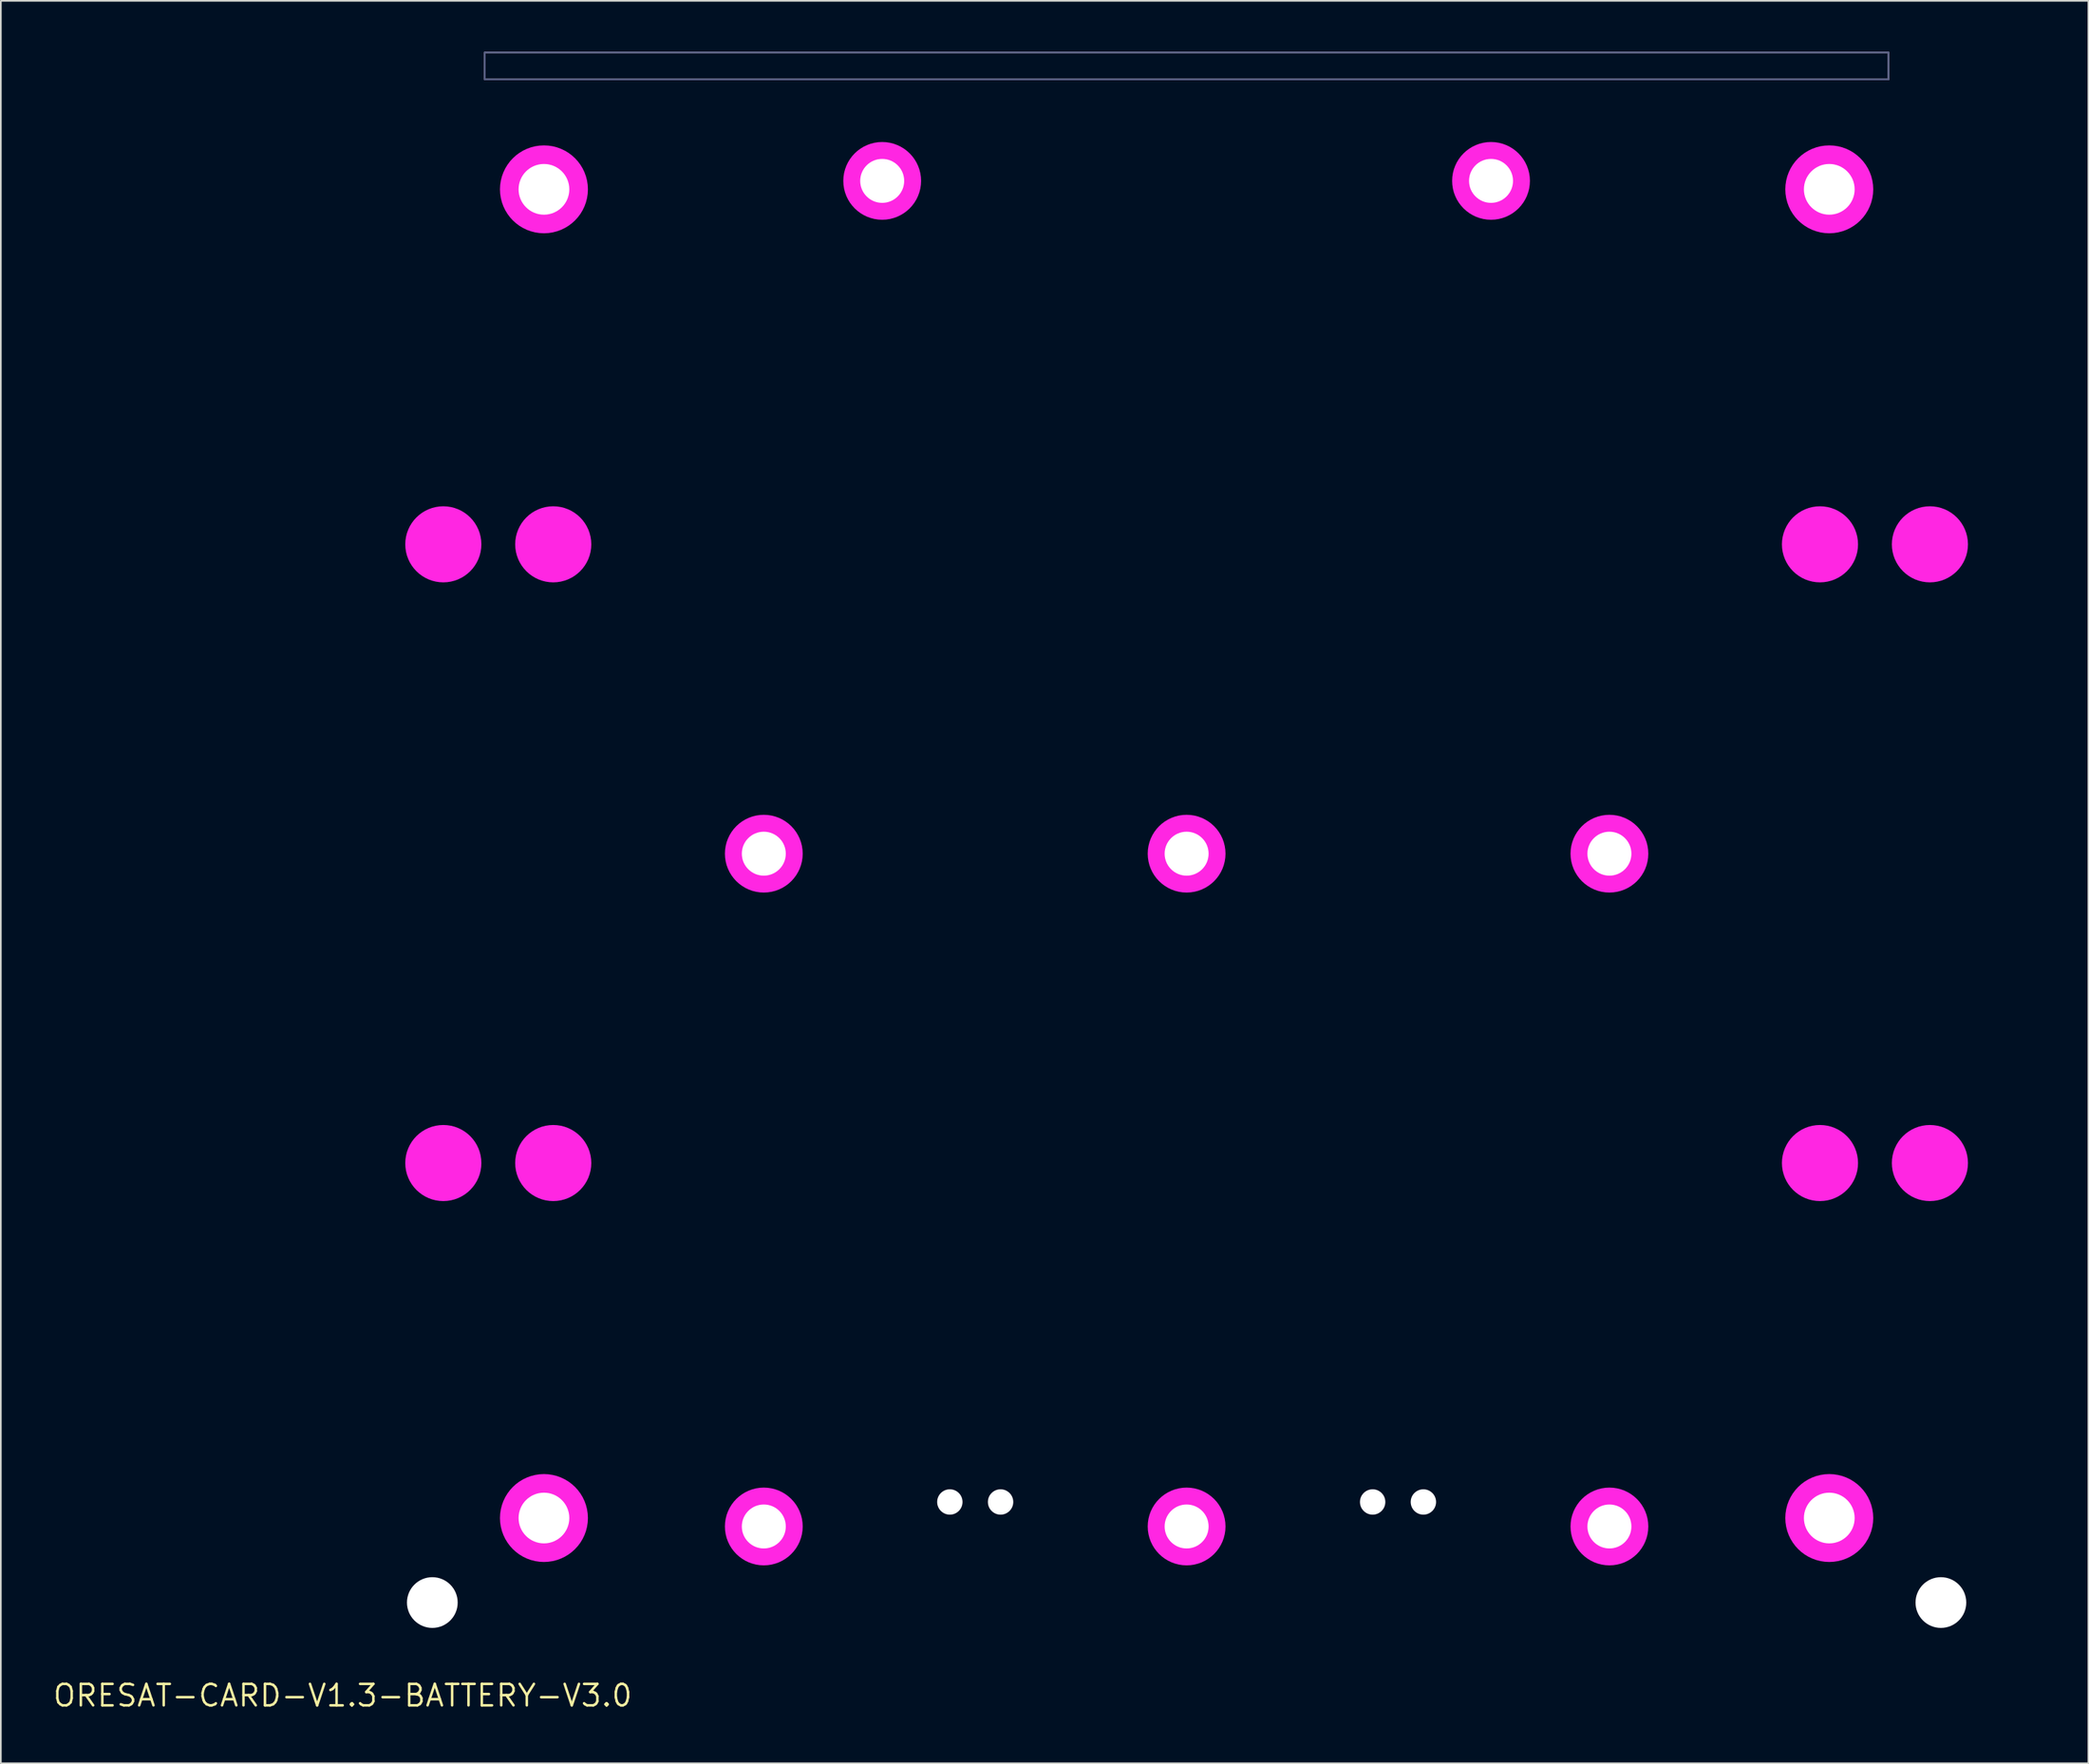
<source format=kicad_pcb>
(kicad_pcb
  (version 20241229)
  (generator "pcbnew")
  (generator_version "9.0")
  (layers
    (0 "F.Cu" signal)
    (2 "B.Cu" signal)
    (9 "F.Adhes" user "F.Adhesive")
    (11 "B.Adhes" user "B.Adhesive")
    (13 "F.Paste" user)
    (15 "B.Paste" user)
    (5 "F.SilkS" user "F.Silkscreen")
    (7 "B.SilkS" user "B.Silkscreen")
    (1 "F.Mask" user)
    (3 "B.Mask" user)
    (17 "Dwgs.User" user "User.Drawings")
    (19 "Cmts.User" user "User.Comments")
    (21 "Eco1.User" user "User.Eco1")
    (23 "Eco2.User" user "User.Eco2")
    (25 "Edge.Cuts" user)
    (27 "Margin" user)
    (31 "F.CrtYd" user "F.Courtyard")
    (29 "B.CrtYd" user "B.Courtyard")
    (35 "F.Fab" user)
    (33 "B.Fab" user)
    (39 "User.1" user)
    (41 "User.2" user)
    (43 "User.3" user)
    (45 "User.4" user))
  (footprint "ORESAT-CARD-V1.3-BATTERY-V3.0"
    (layer "F.Cu")
    (at 17.213 97.25)
    (property "Reference" "ORESAT-CARD-V1.3-BATTERY-V3.0" (at 0 0 0) (layer "F.SilkS") (effects (font (size 1.27 1.27) (thickness 0.15))))
    (fp_circle (center 5.95 -68.1) (end 7.075 -68.1) (stroke (width 2.25) (type solid)) (fill yes) (layer "F.Mask"))
    (fp_circle (center 5.95 -31.5) (end 7.075 -31.5) (stroke (width 2.25) (type solid)) (fill yes) (layer "F.Mask"))
    (fp_circle (center 11.9 -89.1) (end 13.2 -89.1) (stroke (width 2.6) (type solid)) (fill yes) (layer "F.Mask"))
    (fp_circle (center 11.9 -10.5) (end 13.2 -10.5) (stroke (width 2.6) (type solid)) (fill yes) (layer "F.Mask"))
    (fp_circle (center 12.45 -68.1) (end 13.575 -68.1) (stroke (width 2.25) (type solid)) (fill yes) (layer "F.Mask"))
    (fp_circle (center 12.45 -31.5) (end 13.575 -31.5) (stroke (width 2.25) (type solid)) (fill yes) (layer "F.Mask"))
    (fp_circle (center 24.9 -49.8) (end 26.025 -49.8) (stroke (width 2.25) (type solid)) (fill yes) (layer "F.Mask"))
    (fp_circle (center 24.9 -10) (end 26.025 -10) (stroke (width 2.25) (type solid)) (fill yes) (layer "F.Mask"))
    (fp_circle (center 31.9 -89.6) (end 33.025 -89.6) (stroke (width 2.25) (type solid)) (fill yes) (layer "F.Mask"))
    (fp_circle (center 49.9 -49.8) (end 51.025 -49.8) (stroke (width 2.25) (type solid)) (fill yes) (layer "F.Mask"))
    (fp_circle (center 49.9 -10) (end 51.025 -10) (stroke (width 2.25) (type solid)) (fill yes) (layer "F.Mask"))
    (fp_circle (center 67.9 -89.6) (end 69.025 -89.6) (stroke (width 2.25) (type solid)) (fill yes) (layer "F.Mask"))
    (fp_circle (center 74.9 -49.8) (end 76.025 -49.8) (stroke (width 2.25) (type solid)) (fill yes) (layer "F.Mask"))
    (fp_circle (center 74.9 -10) (end 76.025 -10) (stroke (width 2.25) (type solid)) (fill yes) (layer "F.Mask"))
    (fp_circle (center 87.35 -68.1) (end 88.475 -68.1) (stroke (width 2.25) (type solid)) (fill yes) (layer "F.Mask"))
    (fp_circle (center 87.35 -31.5) (end 88.475 -31.5) (stroke (width 2.25) (type solid)) (fill yes) (layer "F.Mask"))
    (fp_circle (center 87.9 -89.1) (end 89.2 -89.1) (stroke (width 2.6) (type solid)) (fill yes) (layer "F.Mask"))
    (fp_circle (center 87.9 -10.5) (end 89.2 -10.5) (stroke (width 2.6) (type solid)) (fill yes) (layer "F.Mask"))
    (fp_circle (center 93.85 -68.1) (end 94.975 -68.1) (stroke (width 2.25) (type solid)) (fill yes) (layer "F.Mask"))
    (fp_circle (center 93.85 -31.5) (end 94.975 -31.5) (stroke (width 2.25) (type solid)) (fill yes) (layer "F.Mask"))
    (fp_poly (pts (xy 2.75 -8.55) (xy 0.497 -8.55) (xy 0.358 -8.568) (xy 0.225 -8.623) (xy 0.111 -8.711) (xy 0.021 -8.827) (xy -0.05 -9.093) (xy -0.05 -88.821) (xy 2.75 -91.621)) (stroke (width 0) (type solid)) (fill yes) (layer "F.Mask"))
    (fp_poly (pts (xy 99.85 -88.822) (xy 99.85 -9.097) (xy 99.832 -8.958) (xy 99.777 -8.825) (xy 99.689 -8.711) (xy 99.575 -8.623) (xy 99.442 -8.568) (xy 99.303 -8.55) (xy 97.05 -8.55) (xy 97.05 -91.414)) (stroke (width 0) (type solid)) (fill yes) (layer "F.Mask"))
    (fp_poly (pts (xy 84.35 -0.497) (xy 84.332 -0.358) (xy 84.277 -0.225) (xy 84.189 -0.111) (xy 84.075 -0.023) (xy 83.942 0.032) (xy 83.803 0.05) (xy 15.997 0.05) (xy 15.858 0.032) (xy 15.725 -0.023) (xy 15.611 -0.111) (xy 15.521 -0.227) (xy 15.45 -0.493) (xy 15.45 -2.65) (xy 84.35 -2.65)) (stroke (width 0) (type solid)) (fill yes) (layer "F.Mask"))
    (fp_poly (pts (xy 2.75 -8.55) (xy 0.497 -8.55) (xy 0.358 -8.568) (xy 0.225 -8.623) (xy 0.111 -8.711) (xy 0.021 -8.827) (xy -0.05 -9.093) (xy -0.05 -88.821) (xy 2.75 -91.621)) (stroke (width 0) (type solid)) (fill yes) (layer "B.Mask"))
    (fp_poly (pts (xy 99.85 -88.822) (xy 99.85 -9.097) (xy 99.832 -8.958) (xy 99.777 -8.825) (xy 99.689 -8.711) (xy 99.575 -8.623) (xy 99.442 -8.568) (xy 99.303 -8.55) (xy 97.05 -8.55) (xy 97.05 -91.414)) (stroke (width 0) (type solid)) (fill yes) (layer "B.Mask"))
    (fp_poly (pts (xy 84.35 -0.497) (xy 84.332 -0.358) (xy 84.277 -0.225) (xy 84.189 -0.111) (xy 84.075 -0.023) (xy 83.942 0.032) (xy 83.803 0.05) (xy 15.997 0.05) (xy 15.858 0.032) (xy 15.725 -0.023) (xy 15.611 -0.111) (xy 15.521 -0.227) (xy 15.45 -0.493) (xy 15.45 -2.65) (xy 84.35 -2.65)) (stroke (width 0) (type solid)) (fill yes) (layer "B.Mask"))
    (fp_line (start 0 -88.8) (end 0 -9.1) (stroke (width 0.001) (type solid)) (layer "Cmts.User"))
    (fp_line (start 2.25 -8.6) (end 0.5 -8.6) (stroke (width 0.001) (type solid)) (layer "Cmts.User"))
    (fp_line (start 2.75 -8.1) (end 2.75 -3.4) (stroke (width 0.001) (type solid)) (layer "Cmts.User"))
    (fp_line (start 3.25 -2.9) (end 15 -2.9) (stroke (width 0.001) (type solid)) (layer "Cmts.User"))
    (fp_line (start 5.8 -94.6) (end 0 -88.8) (stroke (width 0.001) (type solid)) (layer "Cmts.User"))
    (fp_line (start 8.668 -94.6) (end 5.8 -94.6) (stroke (width 0.001) (type solid)) (layer "Cmts.User"))
    (fp_line (start 9.873 -87.9) (end 56.421 -87.9) (stroke (width 0.001) (type solid)) (layer "Cmts.User"))
    (fp_line (start 13.4 -81.9) (end 13.4 -75.9) (stroke (width 0.001) (type solid)) (layer "Cmts.User"))
    (fp_line (start 13.4 -63.5) (end 13.4 -57.5) (stroke (width 0.001) (type solid)) (layer "Cmts.User"))
    (fp_line (start 13.4 -42.1) (end 13.4 -36.1) (stroke (width 0.001) (type solid)) (layer "Cmts.User"))
    (fp_line (start 13.4 -23.7) (end 13.4 -17.7) (stroke (width 0.001) (type solid)) (layer "Cmts.User"))
    (fp_line (start 14.4 -75.9) (end 14.4 -81.9) (stroke (width 0.001) (type solid)) (layer "Cmts.User"))
    (fp_line (start 14.4 -57.5) (end 14.4 -63.5) (stroke (width 0.001) (type solid)) (layer "Cmts.User"))
    (fp_line (start 14.4 -36.1) (end 14.4 -42.1) (stroke (width 0.001) (type solid)) (layer "Cmts.User"))
    (fp_line (start 14.4 -17.7) (end 14.4 -23.7) (stroke (width 0.001) (type solid)) (layer "Cmts.User"))
    (fp_line (start 15.5 -2.4) (end 15.5 -0.5) (stroke (width 0.001) (type solid)) (layer "Cmts.User"))
    (fp_line (start 16.4 -81.9) (end 16.4 -75.9) (stroke (width 0.001) (type solid)) (layer "Cmts.User"))
    (fp_line (start 16.4 -63.5) (end 16.4 -57.5) (stroke (width 0.001) (type solid)) (layer "Cmts.User"))
    (fp_line (start 16.4 -42.1) (end 16.4 -36.1) (stroke (width 0.001) (type solid)) (layer "Cmts.User"))
    (fp_line (start 16.4 -23.7) (end 16.4 -17.7) (stroke (width 0.001) (type solid)) (layer "Cmts.User"))
    (fp_line (start 17.4 -75.9) (end 17.4 -81.9) (stroke (width 0.001) (type solid)) (layer "Cmts.User"))
    (fp_line (start 17.4 -57.5) (end 17.4 -63.5) (stroke (width 0.001) (type solid)) (layer "Cmts.User"))
    (fp_line (start 17.4 -36.1) (end 17.4 -42.1) (stroke (width 0.001) (type solid)) (layer "Cmts.User"))
    (fp_line (start 17.4 -17.7) (end 17.4 -23.7) (stroke (width 0.001) (type solid)) (layer "Cmts.User"))
    (fp_line (start 21.9 -89.9) (end 21.9 -85.9) (stroke (width 0.001) (type solid)) (layer "Cmts.User"))
    (fp_line (start 31.668 -94.6) (end 12.132 -94.6) (stroke (width 0.001) (type solid)) (layer "Cmts.User"))
    (fp_line (start 37.657 -88.656) (end 38.013 -88.656) (stroke (width 0.001) (type solid)) (layer "Cmts.User"))
    (fp_line (start 37.657 -88.402) (end 37.657 -88.656) (stroke (width 0.001) (type solid)) (layer "Cmts.User"))
    (fp_line (start 37.657 -87.386) (end 38.013 -87.386) (stroke (width 0.001) (type solid)) (layer "Cmts.User"))
    (fp_line (start 37.657 -87.132) (end 37.657 -87.386) (stroke (width 0.001) (type solid)) (layer "Cmts.User"))
    (fp_line (start 38.013 -88.656) (end 38.013 -88.402) (stroke (width 0.001) (type solid)) (layer "Cmts.User"))
    (fp_line (start 38.013 -88.402) (end 37.657 -88.402) (stroke (width 0.001) (type solid)) (layer "Cmts.User"))
    (fp_line (start 38.013 -87.386) (end 38.013 -87.132) (stroke (width 0.001) (type solid)) (layer "Cmts.User"))
    (fp_line (start 38.013 -87.132) (end 37.657 -87.132) (stroke (width 0.001) (type solid)) (layer "Cmts.User"))
    (fp_line (start 38.927 -88.656) (end 39.283 -88.656) (stroke (width 0.001) (type solid)) (layer "Cmts.User"))
    (fp_line (start 38.927 -88.402) (end 38.927 -88.656) (stroke (width 0.001) (type solid)) (layer "Cmts.User"))
    (fp_line (start 38.927 -87.386) (end 39.283 -87.386) (stroke (width 0.001) (type solid)) (layer "Cmts.User"))
    (fp_line (start 38.927 -87.132) (end 38.927 -87.386) (stroke (width 0.001) (type solid)) (layer "Cmts.User"))
    (fp_line (start 39.283 -88.656) (end 39.283 -88.402) (stroke (width 0.001) (type solid)) (layer "Cmts.User"))
    (fp_line (start 39.283 -88.402) (end 38.927 -88.402) (stroke (width 0.001) (type solid)) (layer "Cmts.User"))
    (fp_line (start 39.283 -87.386) (end 39.283 -87.132) (stroke (width 0.001) (type solid)) (layer "Cmts.User"))
    (fp_line (start 39.283 -87.132) (end 38.927 -87.132) (stroke (width 0.001) (type solid)) (layer "Cmts.User"))
    (fp_line (start 40.197 -88.656) (end 40.553 -88.656) (stroke (width 0.001) (type solid)) (layer "Cmts.User"))
    (fp_line (start 40.197 -88.402) (end 40.197 -88.656) (stroke (width 0.001) (type solid)) (layer "Cmts.User"))
    (fp_line (start 40.197 -87.386) (end 40.553 -87.386) (stroke (width 0.001) (type solid)) (layer "Cmts.User"))
    (fp_line (start 40.197 -87.132) (end 40.197 -87.386) (stroke (width 0.001) (type solid)) (layer "Cmts.User"))
    (fp_line (start 40.553 -88.656) (end 40.553 -88.402) (stroke (width 0.001) (type solid)) (layer "Cmts.User"))
    (fp_line (start 40.553 -88.402) (end 40.197 -88.402) (stroke (width 0.001) (type solid)) (layer "Cmts.User"))
    (fp_line (start 40.553 -87.386) (end 40.553 -87.132) (stroke (width 0.001) (type solid)) (layer "Cmts.User"))
    (fp_line (start 40.553 -87.132) (end 40.197 -87.132) (stroke (width 0.001) (type solid)) (layer "Cmts.User"))
    (fp_line (start 41.467 -88.656) (end 41.823 -88.656) (stroke (width 0.001) (type solid)) (layer "Cmts.User"))
    (fp_line (start 41.467 -88.402) (end 41.467 -88.656) (stroke (width 0.001) (type solid)) (layer "Cmts.User"))
    (fp_line (start 41.467 -87.386) (end 41.823 -87.386) (stroke (width 0.001) (type solid)) (layer "Cmts.User"))
    (fp_line (start 41.467 -87.132) (end 41.467 -87.386) (stroke (width 0.001) (type solid)) (layer "Cmts.User"))
    (fp_line (start 41.823 -88.656) (end 41.823 -88.402) (stroke (width 0.001) (type solid)) (layer "Cmts.User"))
    (fp_line (start 41.823 -88.402) (end 41.467 -88.402) (stroke (width 0.001) (type solid)) (layer "Cmts.User"))
    (fp_line (start 41.823 -87.386) (end 41.823 -87.132) (stroke (width 0.001) (type solid)) (layer "Cmts.User"))
    (fp_line (start 41.823 -87.132) (end 41.467 -87.132) (stroke (width 0.001) (type solid)) (layer "Cmts.User"))
    (fp_line (start 42.737 -88.656) (end 43.093 -88.656) (stroke (width 0.001) (type solid)) (layer "Cmts.User"))
    (fp_line (start 42.737 -88.402) (end 42.737 -88.656) (stroke (width 0.001) (type solid)) (layer "Cmts.User"))
    (fp_line (start 42.737 -87.386) (end 43.093 -87.386) (stroke (width 0.001) (type solid)) (layer "Cmts.User"))
    (fp_line (start 42.737 -87.132) (end 42.737 -87.386) (stroke (width 0.001) (type solid)) (layer "Cmts.User"))
    (fp_line (start 43.093 -88.656) (end 43.093 -88.402) (stroke (width 0.001) (type solid)) (layer "Cmts.User"))
    (fp_line (start 43.093 -88.402) (end 42.737 -88.402) (stroke (width 0.001) (type solid)) (layer "Cmts.User"))
    (fp_line (start 43.093 -87.386) (end 43.093 -87.132) (stroke (width 0.001) (type solid)) (layer "Cmts.User"))
    (fp_line (start 43.093 -87.132) (end 42.737 -87.132) (stroke (width 0.001) (type solid)) (layer "Cmts.User"))
    (fp_line (start 44.007 -88.656) (end 44.363 -88.656) (stroke (width 0.001) (type solid)) (layer "Cmts.User"))
    (fp_line (start 44.007 -88.402) (end 44.007 -88.656) (stroke (width 0.001) (type solid)) (layer "Cmts.User"))
    (fp_line (start 44.007 -87.386) (end 44.363 -87.386) (stroke (width 0.001) (type solid)) (layer "Cmts.User"))
    (fp_line (start 44.007 -87.132) (end 44.007 -87.386) (stroke (width 0.001) (type solid)) (layer "Cmts.User"))
    (fp_line (start 44.363 -88.656) (end 44.363 -88.402) (stroke (width 0.001) (type solid)) (layer "Cmts.User"))
    (fp_line (start 44.363 -88.402) (end 44.007 -88.402) (stroke (width 0.001) (type solid)) (layer "Cmts.User"))
    (fp_line (start 44.363 -87.386) (end 44.363 -87.132) (stroke (width 0.001) (type solid)) (layer "Cmts.User"))
    (fp_line (start 44.363 -87.132) (end 44.007 -87.132) (stroke (width 0.001) (type solid)) (layer "Cmts.User"))
    (fp_line (start 45.277 -88.656) (end 45.633 -88.656) (stroke (width 0.001) (type solid)) (layer "Cmts.User"))
    (fp_line (start 45.277 -88.402) (end 45.277 -88.656) (stroke (width 0.001) (type solid)) (layer "Cmts.User"))
    (fp_line (start 45.277 -87.386) (end 45.633 -87.386) (stroke (width 0.001) (type solid)) (layer "Cmts.User"))
    (fp_line (start 45.277 -87.132) (end 45.277 -87.386) (stroke (width 0.001) (type solid)) (layer "Cmts.User"))
    (fp_line (start 45.633 -88.656) (end 45.633 -88.402) (stroke (width 0.001) (type solid)) (layer "Cmts.User"))
    (fp_line (start 45.633 -88.402) (end 45.277 -88.402) (stroke (width 0.001) (type solid)) (layer "Cmts.User"))
    (fp_line (start 45.633 -87.386) (end 45.633 -87.132) (stroke (width 0.001) (type solid)) (layer "Cmts.User"))
    (fp_line (start 45.633 -87.132) (end 45.277 -87.132) (stroke (width 0.001) (type solid)) (layer "Cmts.User"))
    (fp_line (start 46.547 -88.656) (end 46.903 -88.656) (stroke (width 0.001) (type solid)) (layer "Cmts.User"))
    (fp_line (start 46.547 -88.402) (end 46.547 -88.656) (stroke (width 0.001) (type solid)) (layer "Cmts.User"))
    (fp_line (start 46.547 -87.386) (end 46.903 -87.386) (stroke (width 0.001) (type solid)) (layer "Cmts.User"))
    (fp_line (start 46.547 -87.132) (end 46.547 -87.386) (stroke (width 0.001) (type solid)) (layer "Cmts.User"))
    (fp_line (start 46.903 -88.656) (end 46.903 -88.402) (stroke (width 0.001) (type solid)) (layer "Cmts.User"))
    (fp_line (start 46.903 -88.402) (end 46.547 -88.402) (stroke (width 0.001) (type solid)) (layer "Cmts.User"))
    (fp_line (start 46.903 -87.386) (end 46.903 -87.132) (stroke (width 0.001) (type solid)) (layer "Cmts.User"))
    (fp_line (start 46.903 -87.132) (end 46.547 -87.132) (stroke (width 0.001) (type solid)) (layer "Cmts.User"))
    (fp_line (start 47.817 -88.656) (end 48.173 -88.656) (stroke (width 0.001) (type solid)) (layer "Cmts.User"))
    (fp_line (start 47.817 -88.402) (end 47.817 -88.656) (stroke (width 0.001) (type solid)) (layer "Cmts.User"))
    (fp_line (start 47.817 -87.386) (end 48.173 -87.386) (stroke (width 0.001) (type solid)) (layer "Cmts.User"))
    (fp_line (start 47.817 -87.132) (end 47.817 -87.386) (stroke (width 0.001) (type solid)) (layer "Cmts.User"))
    (fp_line (start 48.173 -88.656) (end 48.173 -88.402) (stroke (width 0.001) (type solid)) (layer "Cmts.User"))
    (fp_line (start 48.173 -88.402) (end 47.817 -88.402) (stroke (width 0.001) (type solid)) (layer "Cmts.User"))
    (fp_line (start 48.173 -87.386) (end 48.173 -87.132) (stroke (width 0.001) (type solid)) (layer "Cmts.User"))
    (fp_line (start 48.173 -87.132) (end 47.817 -87.132) (stroke (width 0.001) (type solid)) (layer "Cmts.User"))
    (fp_line (start 49.087 -88.656) (end 49.443 -88.656) (stroke (width 0.001) (type solid)) (layer "Cmts.User"))
    (fp_line (start 49.087 -88.402) (end 49.087 -88.656) (stroke (width 0.001) (type solid)) (layer "Cmts.User"))
    (fp_line (start 49.087 -87.386) (end 49.443 -87.386) (stroke (width 0.001) (type solid)) (layer "Cmts.User"))
    (fp_line (start 49.087 -87.132) (end 49.087 -87.386) (stroke (width 0.001) (type solid)) (layer "Cmts.User"))
    (fp_line (start 49.443 -88.656) (end 49.443 -88.402) (stroke (width 0.001) (type solid)) (layer "Cmts.User"))
    (fp_line (start 49.443 -88.402) (end 49.087 -88.402) (stroke (width 0.001) (type solid)) (layer "Cmts.User"))
    (fp_line (start 49.443 -87.386) (end 49.443 -87.132) (stroke (width 0.001) (type solid)) (layer "Cmts.User"))
    (fp_line (start 49.443 -87.132) (end 49.087 -87.132) (stroke (width 0.001) (type solid)) (layer "Cmts.User"))
    (fp_line (start 49.9 -44.572) (end 49.9 -89.9) (stroke (width 0.001) (type solid)) (layer "Cmts.User"))
    (fp_line (start 50.357 -88.656) (end 50.713 -88.656) (stroke (width 0.001) (type solid)) (layer "Cmts.User"))
    (fp_line (start 50.357 -88.402) (end 50.357 -88.656) (stroke (width 0.001) (type solid)) (layer "Cmts.User"))
    (fp_line (start 50.357 -87.386) (end 50.713 -87.386) (stroke (width 0.001) (type solid)) (layer "Cmts.User"))
    (fp_line (start 50.357 -87.132) (end 50.357 -87.386) (stroke (width 0.001) (type solid)) (layer "Cmts.User"))
    (fp_line (start 50.713 -88.656) (end 50.713 -88.402) (stroke (width 0.001) (type solid)) (layer "Cmts.User"))
    (fp_line (start 50.713 -88.402) (end 50.357 -88.402) (stroke (width 0.001) (type solid)) (layer "Cmts.User"))
    (fp_line (start 50.713 -87.386) (end 50.713 -87.132) (stroke (width 0.001) (type solid)) (layer "Cmts.User"))
    (fp_line (start 50.713 -87.132) (end 50.357 -87.132) (stroke (width 0.001) (type solid)) (layer "Cmts.User"))
    (fp_line (start 51.627 -88.656) (end 51.983 -88.656) (stroke (width 0.001) (type solid)) (layer "Cmts.User"))
    (fp_line (start 51.627 -88.402) (end 51.627 -88.656) (stroke (width 0.001) (type solid)) (layer "Cmts.User"))
    (fp_line (start 51.627 -87.386) (end 51.983 -87.386) (stroke (width 0.001) (type solid)) (layer "Cmts.User"))
    (fp_line (start 51.627 -87.132) (end 51.627 -87.386) (stroke (width 0.001) (type solid)) (layer "Cmts.User"))
    (fp_line (start 51.983 -88.656) (end 51.983 -88.402) (stroke (width 0.001) (type solid)) (layer "Cmts.User"))
    (fp_line (start 51.983 -88.402) (end 51.627 -88.402) (stroke (width 0.001) (type solid)) (layer "Cmts.User"))
    (fp_line (start 51.983 -87.386) (end 51.983 -87.132) (stroke (width 0.001) (type solid)) (layer "Cmts.User"))
    (fp_line (start 51.983 -87.132) (end 51.627 -87.132) (stroke (width 0.001) (type solid)) (layer "Cmts.User"))
    (fp_line (start 52.897 -88.656) (end 53.253 -88.656) (stroke (width 0.001) (type solid)) (layer "Cmts.User"))
    (fp_line (start 52.897 -88.402) (end 52.897 -88.656) (stroke (width 0.001) (type solid)) (layer "Cmts.User"))
    (fp_line (start 52.897 -87.386) (end 53.253 -87.386) (stroke (width 0.001) (type solid)) (layer "Cmts.User"))
    (fp_line (start 52.897 -87.132) (end 52.897 -87.386) (stroke (width 0.001) (type solid)) (layer "Cmts.User"))
    (fp_line (start 53.253 -88.656) (end 53.253 -88.402) (stroke (width 0.001) (type solid)) (layer "Cmts.User"))
    (fp_line (start 53.253 -88.402) (end 52.897 -88.402) (stroke (width 0.001) (type solid)) (layer "Cmts.User"))
    (fp_line (start 53.253 -87.386) (end 53.253 -87.132) (stroke (width 0.001) (type solid)) (layer "Cmts.User"))
    (fp_line (start 53.253 -87.132) (end 52.897 -87.132) (stroke (width 0.001) (type solid)) (layer "Cmts.User"))
    (fp_line (start 54.167 -88.656) (end 54.523 -88.656) (stroke (width 0.001) (type solid)) (layer "Cmts.User"))
    (fp_line (start 54.167 -88.402) (end 54.167 -88.656) (stroke (width 0.001) (type solid)) (layer "Cmts.User"))
    (fp_line (start 54.167 -87.386) (end 54.523 -87.386) (stroke (width 0.001) (type solid)) (layer "Cmts.User"))
    (fp_line (start 54.167 -87.132) (end 54.167 -87.386) (stroke (width 0.001) (type solid)) (layer "Cmts.User"))
    (fp_line (start 54.523 -88.656) (end 54.523 -88.402) (stroke (width 0.001) (type solid)) (layer "Cmts.User"))
    (fp_line (start 54.523 -88.402) (end 54.167 -88.402) (stroke (width 0.001) (type solid)) (layer "Cmts.User"))
    (fp_line (start 54.523 -87.386) (end 54.523 -87.132) (stroke (width 0.001) (type solid)) (layer "Cmts.User"))
    (fp_line (start 54.523 -87.132) (end 54.167 -87.132) (stroke (width 0.001) (type solid)) (layer "Cmts.User"))
    (fp_line (start 55.437 -88.656) (end 55.793 -88.656) (stroke (width 0.001) (type solid)) (layer "Cmts.User"))
    (fp_line (start 55.437 -88.402) (end 55.437 -88.656) (stroke (width 0.001) (type solid)) (layer "Cmts.User"))
    (fp_line (start 55.437 -87.386) (end 55.793 -87.386) (stroke (width 0.001) (type solid)) (layer "Cmts.User"))
    (fp_line (start 55.437 -87.132) (end 55.437 -87.386) (stroke (width 0.001) (type solid)) (layer "Cmts.User"))
    (fp_line (start 55.793 -88.656) (end 55.793 -88.402) (stroke (width 0.001) (type solid)) (layer "Cmts.User"))
    (fp_line (start 55.793 -88.402) (end 55.437 -88.402) (stroke (width 0.001) (type solid)) (layer "Cmts.User"))
    (fp_line (start 55.793 -87.386) (end 55.793 -87.132) (stroke (width 0.001) (type solid)) (layer "Cmts.User"))
    (fp_line (start 55.793 -87.132) (end 55.437 -87.132) (stroke (width 0.001) (type solid)) (layer "Cmts.User"))
    (fp_line (start 56.707 -88.656) (end 57.063 -88.656) (stroke (width 0.001) (type solid)) (layer "Cmts.User"))
    (fp_line (start 56.707 -88.402) (end 56.707 -88.656) (stroke (width 0.001) (type solid)) (layer "Cmts.User"))
    (fp_line (start 56.707 -87.386) (end 57.063 -87.386) (stroke (width 0.001) (type solid)) (layer "Cmts.User"))
    (fp_line (start 56.707 -87.132) (end 56.707 -87.386) (stroke (width 0.001) (type solid)) (layer "Cmts.User"))
    (fp_line (start 57.063 -88.656) (end 57.063 -88.402) (stroke (width 0.001) (type solid)) (layer "Cmts.User"))
    (fp_line (start 57.063 -88.402) (end 56.707 -88.402) (stroke (width 0.001) (type solid)) (layer "Cmts.User"))
    (fp_line (start 57.063 -87.386) (end 57.063 -87.132) (stroke (width 0.001) (type solid)) (layer "Cmts.User"))
    (fp_line (start 57.063 -87.132) (end 56.707 -87.132) (stroke (width 0.001) (type solid)) (layer "Cmts.User"))
    (fp_line (start 57.977 -88.656) (end 58.333 -88.656) (stroke (width 0.001) (type solid)) (layer "Cmts.User"))
    (fp_line (start 57.977 -88.402) (end 57.977 -88.656) (stroke (width 0.001) (type solid)) (layer "Cmts.User"))
    (fp_line (start 57.977 -87.386) (end 58.333 -87.386) (stroke (width 0.001) (type solid)) (layer "Cmts.User"))
    (fp_line (start 57.977 -87.132) (end 57.977 -87.386) (stroke (width 0.001) (type solid)) (layer "Cmts.User"))
    (fp_line (start 58.333 -88.656) (end 58.333 -88.402) (stroke (width 0.001) (type solid)) (layer "Cmts.User"))
    (fp_line (start 58.333 -88.402) (end 57.977 -88.402) (stroke (width 0.001) (type solid)) (layer "Cmts.User"))
    (fp_line (start 58.333 -87.386) (end 58.333 -87.132) (stroke (width 0.001) (type solid)) (layer "Cmts.User"))
    (fp_line (start 58.333 -87.132) (end 57.977 -87.132) (stroke (width 0.001) (type solid)) (layer "Cmts.User"))
    (fp_line (start 59.247 -88.656) (end 59.603 -88.656) (stroke (width 0.001) (type solid)) (layer "Cmts.User"))
    (fp_line (start 59.247 -88.402) (end 59.247 -88.656) (stroke (width 0.001) (type solid)) (layer "Cmts.User"))
    (fp_line (start 59.247 -87.386) (end 59.603 -87.386) (stroke (width 0.001) (type solid)) (layer "Cmts.User"))
    (fp_line (start 59.247 -87.132) (end 59.247 -87.386) (stroke (width 0.001) (type solid)) (layer "Cmts.User"))
    (fp_line (start 59.603 -88.656) (end 59.603 -88.402) (stroke (width 0.001) (type solid)) (layer "Cmts.User"))
    (fp_line (start 59.603 -88.402) (end 59.247 -88.402) (stroke (width 0.001) (type solid)) (layer "Cmts.User"))
    (fp_line (start 59.603 -87.386) (end 59.603 -87.132) (stroke (width 0.001) (type solid)) (layer "Cmts.User"))
    (fp_line (start 59.603 -87.132) (end 59.247 -87.132) (stroke (width 0.001) (type solid)) (layer "Cmts.User"))
    (fp_line (start 60.517 -88.656) (end 60.873 -88.656) (stroke (width 0.001) (type solid)) (layer "Cmts.User"))
    (fp_line (start 60.517 -88.402) (end 60.517 -88.656) (stroke (width 0.001) (type solid)) (layer "Cmts.User"))
    (fp_line (start 60.517 -87.386) (end 60.873 -87.386) (stroke (width 0.001) (type solid)) (layer "Cmts.User"))
    (fp_line (start 60.517 -87.132) (end 60.517 -87.386) (stroke (width 0.001) (type solid)) (layer "Cmts.User"))
    (fp_line (start 60.873 -88.656) (end 60.873 -88.402) (stroke (width 0.001) (type solid)) (layer "Cmts.User"))
    (fp_line (start 60.873 -88.402) (end 60.517 -88.402) (stroke (width 0.001) (type solid)) (layer "Cmts.User"))
    (fp_line (start 60.873 -87.386) (end 60.873 -87.132) (stroke (width 0.001) (type solid)) (layer "Cmts.User"))
    (fp_line (start 60.873 -87.132) (end 60.517 -87.132) (stroke (width 0.001) (type solid)) (layer "Cmts.User"))
    (fp_line (start 61.787 -88.656) (end 62.143 -88.656) (stroke (width 0.001) (type solid)) (layer "Cmts.User"))
    (fp_line (start 61.787 -88.402) (end 61.787 -88.656) (stroke (width 0.001) (type solid)) (layer "Cmts.User"))
    (fp_line (start 61.787 -87.386) (end 62.143 -87.386) (stroke (width 0.001) (type solid)) (layer "Cmts.User"))
    (fp_line (start 61.787 -87.132) (end 61.787 -87.386) (stroke (width 0.001) (type solid)) (layer "Cmts.User"))
    (fp_line (start 62.143 -88.656) (end 62.143 -88.402) (stroke (width 0.001) (type solid)) (layer "Cmts.User"))
    (fp_line (start 62.143 -88.402) (end 61.787 -88.402) (stroke (width 0.001) (type solid)) (layer "Cmts.User"))
    (fp_line (start 62.143 -87.386) (end 62.143 -87.132) (stroke (width 0.001) (type solid)) (layer "Cmts.User"))
    (fp_line (start 62.143 -87.132) (end 61.787 -87.132) (stroke (width 0.001) (type solid)) (layer "Cmts.User"))
    (fp_line (start 64.668 -94.6) (end 35.132 -94.6) (stroke (width 0.001) (type solid)) (layer "Cmts.User"))
    (fp_line (start 82.4 -81.9) (end 82.4 -75.9) (stroke (width 0.001) (type solid)) (layer "Cmts.User"))
    (fp_line (start 82.4 -63.5) (end 82.4 -57.5) (stroke (width 0.001) (type solid)) (layer "Cmts.User"))
    (fp_line (start 82.4 -42.1) (end 82.4 -36.1) (stroke (width 0.001) (type solid)) (layer "Cmts.User"))
    (fp_line (start 82.4 -23.7) (end 82.4 -17.7) (stroke (width 0.001) (type solid)) (layer "Cmts.User"))
    (fp_line (start 83.4 -75.9) (end 83.4 -81.9) (stroke (width 0.001) (type solid)) (layer "Cmts.User"))
    (fp_line (start 83.4 -57.5) (end 83.4 -63.5) (stroke (width 0.001) (type solid)) (layer "Cmts.User"))
    (fp_line (start 83.4 -36.1) (end 83.4 -42.1) (stroke (width 0.001) (type solid)) (layer "Cmts.User"))
    (fp_line (start 83.4 -17.7) (end 83.4 -23.7) (stroke (width 0.001) (type solid)) (layer "Cmts.User"))
    (fp_line (start 83.8 0) (end 16 0) (stroke (width 0.001) (type solid)) (layer "Cmts.User"))
    (fp_line (start 84.3 -0.5) (end 84.3 -2.4) (stroke (width 0.001) (type solid)) (layer "Cmts.User"))
    (fp_line (start 84.8 -2.9) (end 96.55 -2.9) (stroke (width 0.001) (type solid)) (layer "Cmts.User"))
    (fp_line (start 85.4 -81.9) (end 85.4 -75.9) (stroke (width 0.001) (type solid)) (layer "Cmts.User"))
    (fp_line (start 85.4 -63.5) (end 85.4 -57.5) (stroke (width 0.001) (type solid)) (layer "Cmts.User"))
    (fp_line (start 85.4 -42.1) (end 85.4 -36.1) (stroke (width 0.001) (type solid)) (layer "Cmts.User"))
    (fp_line (start 85.4 -23.7) (end 85.4 -17.7) (stroke (width 0.001) (type solid)) (layer "Cmts.User"))
    (fp_line (start 86.4 -75.9) (end 86.4 -81.9) (stroke (width 0.001) (type solid)) (layer "Cmts.User"))
    (fp_line (start 86.4 -57.5) (end 86.4 -63.5) (stroke (width 0.001) (type solid)) (layer "Cmts.User"))
    (fp_line (start 86.4 -36.1) (end 86.4 -42.1) (stroke (width 0.001) (type solid)) (layer "Cmts.User"))
    (fp_line (start 86.4 -17.7) (end 86.4 -23.7) (stroke (width 0.001) (type solid)) (layer "Cmts.User"))
    (fp_line (start 87.668 -94.6) (end 68.132 -94.6) (stroke (width 0.001) (type solid)) (layer "Cmts.User"))
    (fp_line (start 94 -94.6) (end 91.132 -94.6) (stroke (width 0.001) (type solid)) (layer "Cmts.User"))
    (fp_line (start 97.05 -3.4) (end 97.05 -8.1) (stroke (width 0.001) (type solid)) (layer "Cmts.User"))
    (fp_line (start 99.3 -8.6) (end 97.55 -8.6) (stroke (width 0.001) (type solid)) (layer "Cmts.User"))
    (fp_line (start 99.8 -88.8) (end 94 -94.6) (stroke (width 0.001) (type solid)) (layer "Cmts.User"))
    (fp_line (start 99.8 -9.1) (end 99.8 -88.8) (stroke (width 0.001) (type solid)) (layer "Cmts.User"))
    (fp_arc (start 0.5 -8.6) (mid 0.146447 -8.746447) (end 0 -9.1) (stroke (width 0.001) (type solid)) (layer "Cmts.User"))
    (fp_arc (start 2.25 -8.6) (mid 2.603553 -8.453553) (end 2.75 -8.1) (stroke (width 0.001) (type solid)) (layer "Cmts.User"))
    (fp_arc (start 3.25 -2.9) (mid 2.896447 -3.046447) (end 2.75 -3.4) (stroke (width 0.001) (type solid)) (layer "Cmts.User"))
    (fp_arc (start 12.132049 -94.599999) (mid 10.399999 -93.600001) (end 8.66795 -94.6) (stroke (width 0.001) (type solid)) (layer "Cmts.User"))
    (fp_arc (start 13.4 -81.9) (mid 13.9 -82.4) (end 14.4 -81.9) (stroke (width 0.001) (type solid)) (layer "Cmts.User"))
    (fp_arc (start 13.4 -63.5) (mid 13.9 -64) (end 14.4 -63.5) (stroke (width 0.001) (type solid)) (layer "Cmts.User"))
    (fp_arc (start 13.4 -42.1) (mid 13.9 -42.6) (end 14.4 -42.1) (stroke (width 0.001) (type solid)) (layer "Cmts.User"))
    (fp_arc (start 13.4 -23.7) (mid 13.9 -24.2) (end 14.4 -23.7) (stroke (width 0.001) (type solid)) (layer "Cmts.User"))
    (fp_arc (start 14.4 -75.9) (mid 13.9 -75.4) (end 13.4 -75.9) (stroke (width 0.001) (type solid)) (layer "Cmts.User"))
    (fp_arc (start 14.4 -57.5) (mid 13.9 -57) (end 13.4 -57.5) (stroke (width 0.001) (type solid)) (layer "Cmts.User"))
    (fp_arc (start 14.4 -36.1) (mid 13.9 -35.6) (end 13.4 -36.1) (stroke (width 0.001) (type solid)) (layer "Cmts.User"))
    (fp_arc (start 14.4 -17.7) (mid 13.9 -17.2) (end 13.4 -17.7) (stroke (width 0.001) (type solid)) (layer "Cmts.User"))
    (fp_arc (start 15 -2.9) (mid 15.353553 -2.753553) (end 15.5 -2.4) (stroke (width 0.001) (type solid)) (layer "Cmts.User"))
    (fp_arc (start 16 0) (mid 15.646447 -0.146447) (end 15.5 -0.5) (stroke (width 0.001) (type solid)) (layer "Cmts.User"))
    (fp_arc (start 16.4 -81.9) (mid 16.9 -82.4) (end 17.4 -81.9) (stroke (width 0.001) (type solid)) (layer "Cmts.User"))
    (fp_arc (start 16.4 -63.5) (mid 16.9 -64) (end 17.4 -63.5) (stroke (width 0.001) (type solid)) (layer "Cmts.User"))
    (fp_arc (start 16.4 -42.1) (mid 16.9 -42.6) (end 17.4 -42.1) (stroke (width 0.001) (type solid)) (layer "Cmts.User"))
    (fp_arc (start 16.4 -23.7) (mid 16.9 -24.2) (end 17.4 -23.7) (stroke (width 0.001) (type solid)) (layer "Cmts.User"))
    (fp_arc (start 17.4 -75.9) (mid 16.9 -75.4) (end 16.4 -75.9) (stroke (width 0.001) (type solid)) (layer "Cmts.User"))
    (fp_arc (start 17.4 -57.5) (mid 16.9 -57) (end 16.4 -57.5) (stroke (width 0.001) (type solid)) (layer "Cmts.User"))
    (fp_arc (start 17.4 -36.1) (mid 16.9 -35.6) (end 16.4 -36.1) (stroke (width 0.001) (type solid)) (layer "Cmts.User"))
    (fp_arc (start 17.4 -17.7) (mid 16.9 -17.2) (end 16.4 -17.7) (stroke (width 0.001) (type solid)) (layer "Cmts.User"))
    (fp_arc (start 35.132049 -94.599999) (mid 33.399999 -93.600001) (end 31.66795 -94.6) (stroke (width 0.001) (type solid)) (layer "Cmts.User"))
    (fp_arc (start 68.132049 -94.599999) (mid 66.399999 -93.600001) (end 64.66795 -94.6) (stroke (width 0.001) (type solid)) (layer "Cmts.User"))
    (fp_arc (start 82.4 -81.9) (mid 82.9 -82.4) (end 83.4 -81.9) (stroke (width 0.001) (type solid)) (layer "Cmts.User"))
    (fp_arc (start 82.4 -63.5) (mid 82.9 -64) (end 83.4 -63.5) (stroke (width 0.001) (type solid)) (layer "Cmts.User"))
    (fp_arc (start 82.4 -42.1) (mid 82.9 -42.6) (end 83.4 -42.1) (stroke (width 0.001) (type solid)) (layer "Cmts.User"))
    (fp_arc (start 82.4 -23.7) (mid 82.9 -24.2) (end 83.4 -23.7) (stroke (width 0.001) (type solid)) (layer "Cmts.User"))
    (fp_arc (start 83.4 -75.9) (mid 82.9 -75.4) (end 82.4 -75.9) (stroke (width 0.001) (type solid)) (layer "Cmts.User"))
    (fp_arc (start 83.4 -57.5) (mid 82.9 -57) (end 82.4 -57.5) (stroke (width 0.001) (type solid)) (layer "Cmts.User"))
    (fp_arc (start 83.4 -36.1) (mid 82.9 -35.6) (end 82.4 -36.1) (stroke (width 0.001) (type solid)) (layer "Cmts.User"))
    (fp_arc (start 83.4 -17.7) (mid 82.9 -17.2) (end 82.4 -17.7) (stroke (width 0.001) (type solid)) (layer "Cmts.User"))
    (fp_arc (start 84.3 -2.4) (mid 84.446447 -2.753553) (end 84.8 -2.9) (stroke (width 0.001) (type solid)) (layer "Cmts.User"))
    (fp_arc (start 84.3 -0.5) (mid 84.153553 -0.146447) (end 83.8 0) (stroke (width 0.001) (type solid)) (layer "Cmts.User"))
    (fp_arc (start 85.4 -81.9) (mid 85.9 -82.4) (end 86.4 -81.9) (stroke (width 0.001) (type solid)) (layer "Cmts.User"))
    (fp_arc (start 85.4 -63.5) (mid 85.9 -64) (end 86.4 -63.5) (stroke (width 0.001) (type solid)) (layer "Cmts.User"))
    (fp_arc (start 85.4 -42.1) (mid 85.9 -42.6) (end 86.4 -42.1) (stroke (width 0.001) (type solid)) (layer "Cmts.User"))
    (fp_arc (start 85.4 -23.7) (mid 85.9 -24.2) (end 86.4 -23.7) (stroke (width 0.001) (type solid)) (layer "Cmts.User"))
    (fp_arc (start 86.4 -75.9) (mid 85.9 -75.4) (end 85.4 -75.9) (stroke (width 0.001) (type solid)) (layer "Cmts.User"))
    (fp_arc (start 86.4 -57.5) (mid 85.9 -57) (end 85.4 -57.5) (stroke (width 0.001) (type solid)) (layer "Cmts.User"))
    (fp_arc (start 86.4 -36.1) (mid 85.9 -35.6) (end 85.4 -36.1) (stroke (width 0.001) (type solid)) (layer "Cmts.User"))
    (fp_arc (start 86.4 -17.7) (mid 85.9 -17.2) (end 85.4 -17.7) (stroke (width 0.001) (type solid)) (layer "Cmts.User"))
    (fp_arc (start 91.132049 -94.599999) (mid 89.399999 -93.600001) (end 87.66795 -94.6) (stroke (width 0.001) (type solid)) (layer "Cmts.User"))
    (fp_arc (start 97.05 -8.1) (mid 97.196447 -8.453553) (end 97.55 -8.6) (stroke (width 0.001) (type solid)) (layer "Cmts.User"))
    (fp_arc (start 97.05 -3.4) (mid 96.903553 -3.046447) (end 96.55 -2.9) (stroke (width 0.001) (type solid)) (layer "Cmts.User"))
    (fp_arc (start 99.8 -9.1) (mid 99.653553 -8.746447) (end 99.3 -8.6) (stroke (width 0.001) (type solid)) (layer "Cmts.User"))
    (fp_circle (center 5.95 -68.1) (end 7.15 -68.1) (stroke (width 0.001) (type solid)) (fill no) (layer "Cmts.User"))
    (fp_circle (center 5.95 -68.1) (end 8.2 -68.1) (stroke (width 0.001) (type solid)) (fill no) (layer "Cmts.User"))
    (fp_circle (center 5.95 -31.5) (end 7.15 -31.5) (stroke (width 0.001) (type solid)) (fill no) (layer "Cmts.User"))
    (fp_circle (center 5.95 -31.5) (end 8.2 -31.5) (stroke (width 0.001) (type solid)) (fill no) (layer "Cmts.User"))
    (fp_circle (center 11.9 -89.1) (end 13.4 -89.1) (stroke (width 0.001) (type solid)) (fill no) (layer "Cmts.User"))
    (fp_circle (center 11.9 -89.1) (end 14.4 -89.1) (stroke (width 0.001) (type solid)) (fill no) (layer "Cmts.User"))
    (fp_circle (center 11.9 -10.5) (end 13.4 -10.5) (stroke (width 0.001) (type solid)) (fill no) (layer "Cmts.User"))
    (fp_circle (center 11.9 -10.5) (end 14.4 -10.5) (stroke (width 0.001) (type solid)) (fill no) (layer "Cmts.User"))
    (fp_circle (center 12.45 -68.1) (end 13.65 -68.1) (stroke (width 0.001) (type solid)) (fill no) (layer "Cmts.User"))
    (fp_circle (center 12.45 -68.1) (end 14.7 -68.1) (stroke (width 0.001) (type solid)) (fill no) (layer "Cmts.User"))
    (fp_circle (center 12.45 -31.5) (end 13.65 -31.5) (stroke (width 0.001) (type solid)) (fill no) (layer "Cmts.User"))
    (fp_circle (center 12.45 -31.5) (end 14.7 -31.5) (stroke (width 0.001) (type solid)) (fill no) (layer "Cmts.User"))
    (fp_circle (center 24.9 -49.8) (end 26.1 -49.8) (stroke (width 0.001) (type solid)) (fill no) (layer "Cmts.User"))
    (fp_circle (center 24.9 -49.8) (end 27.15 -49.8) (stroke (width 0.001) (type solid)) (fill no) (layer "Cmts.User"))
    (fp_circle (center 24.9 -10) (end 26.1 -10) (stroke (width 0.001) (type solid)) (fill no) (layer "Cmts.User"))
    (fp_circle (center 24.9 -10) (end 27.15 -10) (stroke (width 0.001) (type solid)) (fill no) (layer "Cmts.User"))
    (fp_circle (center 31.9 -89.6) (end 33.2 -89.6) (stroke (width 0.001) (type solid)) (fill no) (layer "Cmts.User"))
    (fp_circle (center 31.9 -89.6) (end 34.15 -89.6) (stroke (width 0.001) (type solid)) (fill no) (layer "Cmts.User"))
    (fp_circle (center 35.9 -11.45) (end 36.65 -11.45) (stroke (width 0.001) (type solid)) (fill no) (layer "Cmts.User"))
    (fp_circle (center 38.9 -11.45) (end 39.65 -11.45) (stroke (width 0.001) (type solid)) (fill no) (layer "Cmts.User"))
    (fp_circle (center 49.9 -49.8) (end 51.1 -49.8) (stroke (width 0.001) (type solid)) (fill no) (layer "Cmts.User"))
    (fp_circle (center 49.9 -49.8) (end 52.15 -49.8) (stroke (width 0.001) (type solid)) (fill no) (layer "Cmts.User"))
    (fp_circle (center 49.9 -10) (end 51.1 -10) (stroke (width 0.001) (type solid)) (fill no) (layer "Cmts.User"))
    (fp_circle (center 49.9 -10) (end 52.15 -10) (stroke (width 0.001) (type solid)) (fill no) (layer "Cmts.User"))
    (fp_circle (center 60.9 -11.45) (end 61.65 -11.45) (stroke (width 0.001) (type solid)) (fill no) (layer "Cmts.User"))
    (fp_circle (center 63.9 -11.45) (end 64.65 -11.45) (stroke (width 0.001) (type solid)) (fill no) (layer "Cmts.User"))
    (fp_circle (center 67.9 -89.6) (end 69.2 -89.6) (stroke (width 0.001) (type solid)) (fill no) (layer "Cmts.User"))
    (fp_circle (center 67.9 -89.6) (end 70.15 -89.6) (stroke (width 0.001) (type solid)) (fill no) (layer "Cmts.User"))
    (fp_circle (center 74.9 -49.8) (end 76.1 -49.8) (stroke (width 0.001) (type solid)) (fill no) (layer "Cmts.User"))
    (fp_circle (center 74.9 -49.8) (end 77.15 -49.8) (stroke (width 0.001) (type solid)) (fill no) (layer "Cmts.User"))
    (fp_circle (center 74.9 -10) (end 76.1 -10) (stroke (width 0.001) (type solid)) (fill no) (layer "Cmts.User"))
    (fp_circle (center 74.9 -10) (end 77.15 -10) (stroke (width 0.001) (type solid)) (fill no) (layer "Cmts.User"))
    (fp_circle (center 87.35 -68.1) (end 88.55 -68.1) (stroke (width 0.001) (type solid)) (fill no) (layer "Cmts.User"))
    (fp_circle (center 87.35 -68.1) (end 89.6 -68.1) (stroke (width 0.001) (type solid)) (fill no) (layer "Cmts.User"))
    (fp_circle (center 87.35 -31.5) (end 88.55 -31.5) (stroke (width 0.001) (type solid)) (fill no) (layer "Cmts.User"))
    (fp_circle (center 87.35 -31.5) (end 89.6 -31.5) (stroke (width 0.001) (type solid)) (fill no) (layer "Cmts.User"))
    (fp_circle (center 87.9 -89.1) (end 89.4 -89.1) (stroke (width 0.001) (type solid)) (fill no) (layer "Cmts.User"))
    (fp_circle (center 87.9 -89.1) (end 90.4 -89.1) (stroke (width 0.001) (type solid)) (fill no) (layer "Cmts.User"))
    (fp_circle (center 87.9 -10.5) (end 89.4 -10.5) (stroke (width 0.001) (type solid)) (fill no) (layer "Cmts.User"))
    (fp_circle (center 87.9 -10.5) (end 90.4 -10.5) (stroke (width 0.001) (type solid)) (fill no) (layer "Cmts.User"))
    (fp_circle (center 93.85 -68.1) (end 95.05 -68.1) (stroke (width 0.001) (type solid)) (fill no) (layer "Cmts.User"))
    (fp_circle (center 93.85 -68.1) (end 96.1 -68.1) (stroke (width 0.001) (type solid)) (fill no) (layer "Cmts.User"))
    (fp_circle (center 93.85 -31.5) (end 95.05 -31.5) (stroke (width 0.001) (type solid)) (fill no) (layer "Cmts.User"))
    (fp_circle (center 93.85 -31.5) (end 96.1 -31.5) (stroke (width 0.001) (type solid)) (fill no) (layer "Cmts.User"))
    (fp_line (start 0 -88.8) (end 0 -9.1) (stroke (width 0.001) (type solid)) (layer "Edge.Cuts"))
    (fp_line (start 0.5 -8.6) (end 2.25 -8.6) (stroke (width 0.001) (type solid)) (layer "Edge.Cuts"))
    (fp_line (start 2.75 -8.1) (end 2.75 -3.4) (stroke (width 0.001) (type solid)) (layer "Edge.Cuts"))
    (fp_line (start 3.25 -2.9) (end 15 -2.9) (stroke (width 0.001) (type solid)) (layer "Edge.Cuts"))
    (fp_line (start 5.8 -94.6) (end 0 -88.8) (stroke (width 0.001) (type solid)) (layer "Edge.Cuts"))
    (fp_line (start 8.668 -94.6) (end 5.8 -94.6) (stroke (width 0.001) (type solid)) (layer "Edge.Cuts"))
    (fp_line (start 15.5 -2.4) (end 15.5 -0.5) (stroke (width 0.001) (type solid)) (layer "Edge.Cuts"))
    (fp_line (start 16 0) (end 83.8 0) (stroke (width 0.001) (type solid)) (layer "Edge.Cuts"))
    (fp_line (start 31.668 -94.6) (end 12.132 -94.6) (stroke (width 0.001) (type solid)) (layer "Edge.Cuts"))
    (fp_line (start 64.668 -94.6) (end 35.132 -94.6) (stroke (width 0.001) (type solid)) (layer "Edge.Cuts"))
    (fp_line (start 84.3 -0.5) (end 84.3 -2.4) (stroke (width 0.001) (type solid)) (layer "Edge.Cuts"))
    (fp_line (start 84.8 -2.9) (end 96.55 -2.9) (stroke (width 0.001) (type solid)) (layer "Edge.Cuts"))
    (fp_line (start 87.668 -94.6) (end 68.132 -94.6) (stroke (width 0.001) (type solid)) (layer "Edge.Cuts"))
    (fp_line (start 94 -94.6) (end 91.132 -94.6) (stroke (width 0.001) (type solid)) (layer "Edge.Cuts"))
    (fp_line (start 97.05 -3.4) (end 97.05 -8.1) (stroke (width 0.001) (type solid)) (layer "Edge.Cuts"))
    (fp_line (start 97.55 -8.6) (end 99.3 -8.6) (stroke (width 0.001) (type solid)) (layer "Edge.Cuts"))
    (fp_line (start 99.8 -88.8) (end 94 -94.6) (stroke (width 0.001) (type solid)) (layer "Edge.Cuts"))
    (fp_line (start 99.8 -9.1) (end 99.8 -88.8) (stroke (width 0.001) (type solid)) (layer "Edge.Cuts"))
    (fp_arc (start 0.5 -8.6) (mid 0.146447 -8.746447) (end 0 -9.1) (stroke (width 0.001) (type solid)) (layer "Edge.Cuts"))
    (fp_arc (start 2.25 -8.6) (mid 2.603553 -8.453553) (end 2.75 -8.1) (stroke (width 0.001) (type solid)) (layer "Edge.Cuts"))
    (fp_arc (start 3.25 -2.9) (mid 2.896447 -3.046447) (end 2.75 -3.4) (stroke (width 0.001) (type solid)) (layer "Edge.Cuts"))
    (fp_arc (start 12.132049 -94.599999) (mid 10.399999 -93.600001) (end 8.66795 -94.6) (stroke (width 0.001) (type solid)) (layer "Edge.Cuts"))
    (fp_arc (start 15 -2.9) (mid 15.353553 -2.753553) (end 15.5 -2.4) (stroke (width 0.001) (type solid)) (layer "Edge.Cuts"))
    (fp_arc (start 16 0) (mid 15.646447 -0.146447) (end 15.5 -0.5) (stroke (width 0.001) (type solid)) (layer "Edge.Cuts"))
    (fp_arc (start 35.132049 -94.599999) (mid 33.399999 -93.600001) (end 31.66795 -94.6) (stroke (width 0.001) (type solid)) (layer "Edge.Cuts"))
    (fp_arc (start 68.13205 -94.6) (mid 66.400001 -93.600001) (end 64.667951 -94.599999) (stroke (width 0.001) (type solid)) (layer "Edge.Cuts"))
    (fp_arc (start 84.3 -2.4) (mid 84.446447 -2.753553) (end 84.8 -2.9) (stroke (width 0.001) (type solid)) (layer "Edge.Cuts"))
    (fp_arc (start 84.3 -0.5) (mid 84.153553 -0.146447) (end 83.8 0) (stroke (width 0.001) (type solid)) (layer "Edge.Cuts"))
    (fp_arc (start 91.13205 -94.6) (mid 89.400001 -93.600001) (end 87.667951 -94.599999) (stroke (width 0.001) (type solid)) (layer "Edge.Cuts"))
    (fp_arc (start 97.05 -8.1) (mid 97.196447 -8.453553) (end 97.55 -8.6) (stroke (width 0.001) (type solid)) (layer "Edge.Cuts"))
    (fp_arc (start 97.05 -3.4) (mid 96.903553 -3.046447) (end 96.55 -2.9) (stroke (width 0.001) (type solid)) (layer "Edge.Cuts"))
    (fp_arc (start 99.8 -9.1) (mid 99.653553 -8.746447) (end 99.3 -8.6) (stroke (width 0.001) (type solid)) (layer "Edge.Cuts"))
    (fp_line (start -0.4 -93.52) (end -0.4 0.48) (stroke (width 0.001) (type solid)) (layer "B.CrtYd"))
    (fp_line (start 3.12 -93.52) (end -0.4 -93.52) (stroke (width 0.001) (type solid)) (layer "B.CrtYd"))
    (fp_line (start 3.12 -3.02) (end 3.12 -93.52) (stroke (width 0.001) (type solid)) (layer "B.CrtYd"))
    (fp_line (start 96.72 -93.52) (end 100.22 -93.52) (stroke (width 0.001) (type solid)) (layer "B.CrtYd"))
    (fp_line (start 96.72 -3.02) (end 3.12 -3.02) (stroke (width 0.001) (type solid)) (layer "B.CrtYd"))
    (fp_line (start 96.72 -3.02) (end 96.72 -93.52) (stroke (width 0.001) (type solid)) (layer "B.CrtYd"))
    (fp_line (start 100.22 -93.52) (end 100.22 0.48) (stroke (width 0.001) (type solid)) (layer "B.CrtYd"))
    (fp_line (start 100.22 0.48) (end -0.4 0.48) (stroke (width 0.001) (type solid)) (layer "B.CrtYd"))
    (fp_line (start -0.4 -93.52) (end -0.4 0.48) (stroke (width 0.001) (type solid)) (layer "F.CrtYd"))
    (fp_line (start -0.4 0.48) (end 100.22 0.48) (stroke (width 0.001) (type solid)) (layer "F.CrtYd"))
    (fp_line (start 3.1 -93.52) (end -0.4 -93.52) (stroke (width 0.001) (type solid)) (layer "F.CrtYd"))
    (fp_line (start 3.1 -3.02) (end 3.1 -93.52) (stroke (width 0.001) (type solid)) (layer "F.CrtYd"))
    (fp_line (start 3.1 -3.02) (end 96.7 -3.02) (stroke (width 0.001) (type solid)) (layer "F.CrtYd"))
    (fp_line (start 96.7 -93.52) (end 100.22 -93.52) (stroke (width 0.001) (type solid)) (layer "F.CrtYd"))
    (fp_line (start 96.7 -3.02) (end 96.7 -93.52) (stroke (width 0.001) (type solid)) (layer "F.CrtYd"))
    (fp_line (start 100.22 -93.52) (end 100.22 0.48) (stroke (width 0.001) (type solid)) (layer "F.CrtYd"))
    (fp_circle (center 5.95 -68.1) (end 7.075 -68.1) (stroke (width 2.25) (type solid)) (fill no) (layer "F.CrtYd"))
    (fp_circle (center 5.95 -31.5) (end 7.075 -31.5) (stroke (width 2.25) (type solid)) (fill no) (layer "F.CrtYd"))
    (fp_circle (center 11.9 -89.1) (end 13.2 -89.1) (stroke (width 2.6) (type solid)) (fill no) (layer "F.CrtYd"))
    (fp_circle (center 11.9 -10.5) (end 13.2 -10.5) (stroke (width 2.6) (type solid)) (fill no) (layer "F.CrtYd"))
    (fp_circle (center 12.45 -68.1) (end 13.575 -68.1) (stroke (width 2.25) (type solid)) (fill no) (layer "F.CrtYd"))
    (fp_circle (center 12.45 -31.5) (end 13.575 -31.5) (stroke (width 2.25) (type solid)) (fill no) (layer "F.CrtYd"))
    (fp_circle (center 24.9 -49.8) (end 26.05 -49.8) (stroke (width 2.3) (type solid)) (fill no) (layer "F.CrtYd"))
    (fp_circle (center 24.9 -10) (end 26.05 -10) (stroke (width 2.3) (type solid)) (fill no) (layer "F.CrtYd"))
    (fp_circle (center 31.9 -89.6) (end 33.05 -89.6) (stroke (width 2.3) (type solid)) (fill no) (layer "F.CrtYd"))
    (fp_circle (center 49.9 -49.8) (end 51.05 -49.8) (stroke (width 2.3) (type solid)) (fill no) (layer "F.CrtYd"))
    (fp_circle (center 49.9 -10) (end 51.05 -10) (stroke (width 2.3) (type solid)) (fill no) (layer "F.CrtYd"))
    (fp_circle (center 67.9 -89.6) (end 69.05 -89.6) (stroke (width 2.3) (type solid)) (fill no) (layer "F.CrtYd"))
    (fp_circle (center 74.9 -49.8) (end 76.05 -49.8) (stroke (width 2.3) (type solid)) (fill no) (layer "F.CrtYd"))
    (fp_circle (center 74.9 -10) (end 76.05 -10) (stroke (width 2.3) (type solid)) (fill no) (layer "F.CrtYd"))
    (fp_circle (center 87.35 -68.1) (end 88.475 -68.1) (stroke (width 2.25) (type solid)) (fill no) (layer "F.CrtYd"))
    (fp_circle (center 87.35 -31.5) (end 88.475 -31.5) (stroke (width 2.25) (type solid)) (fill no) (layer "F.CrtYd"))
    (fp_circle (center 87.9 -89.1) (end 89.2 -89.1) (stroke (width 2.6) (type solid)) (fill no) (layer "F.CrtYd"))
    (fp_circle (center 87.9 -10.5) (end 89.2 -10.5) (stroke (width 2.6) (type solid)) (fill no) (layer "F.CrtYd"))
    (fp_circle (center 93.85 -68.1) (end 94.975 -68.1) (stroke (width 2.25) (type solid)) (fill no) (layer "F.CrtYd"))
    (fp_circle (center 93.85 -31.5) (end 94.975 -31.5) (stroke (width 2.25) (type solid)) (fill no) (layer "F.CrtYd"))
    (fp_line (start 4.6 -2.9) (end 4.6 -93.4) (stroke (width 0.001) (type solid)) (layer "B.Fab"))
    (fp_line (start 8.4 -2.9) (end 8.4 -94.6) (stroke (width 0.001) (type solid)) (layer "B.Fab"))
    (fp_line (start 91.4 -2.9) (end 91.4 -94.6) (stroke (width 0.001) (type solid)) (layer "B.Fab"))
    (fp_line (start 95.2 -2.9) (end 95.2 -93.4) (stroke (width 0.001) (type solid)) (layer "B.Fab"))
    (fp_poly (pts (xy 8.4 -95.6) (xy 91.4 -95.6) (xy 91.4 -97.2) (xy 8.4 -97.2)) (stroke (width 0.1) (type solid)) (fill no) (layer "B.Fab"))
    (fp_line (start 4.6 -2.9) (end 4.6 -93.4) (stroke (width 0.001) (type solid)) (layer "F.Fab"))
    (fp_line (start 8.4 -2.9) (end 8.4 -94.6) (stroke (width 0.001) (type solid)) (layer "F.Fab"))
    (fp_line (start 48.9 -87.894) (end 50.9 -87.894) (stroke (width 0.001) (type solid)) (layer "F.Fab"))
    (fp_line (start 48.9 -49.8) (end 50.9 -49.8) (stroke (width 0.001) (type solid)) (layer "F.Fab"))
    (fp_line (start 49.9 -88.894) (end 49.9 -86.894) (stroke (width 0.001) (type solid)) (layer "F.Fab"))
    (fp_line (start 49.9 -50.8) (end 49.9 -48.8) (stroke (width 0.001) (type solid)) (layer "F.Fab"))
    (fp_line (start 91.4 -2.9) (end 91.4 -94.6) (stroke (width 0.001) (type solid)) (layer "F.Fab"))
    (fp_line (start 95.2 -2.9) (end 95.2 -93.4) (stroke (width 0.001) (type solid)) (layer "F.Fab"))
    (fp_circle (center 49.9 -87.894) (end 50.4 -87.894) (stroke (width 0.001) (type solid)) (fill no) (layer "F.Fab"))
    (fp_circle (center 49.9 -49.8) (end 50.4 -49.8) (stroke (width 0.001) (type solid)) (fill no) (layer "F.Fab"))
    (fp_poly (pts (xy 8.4 -95.6) (xy 91.4 -95.6) (xy 91.4 -97.2) (xy 8.4 -97.2)) (stroke (width 0.1) (type solid)) (fill no) (layer "F.Fab"))
    (pad "" np_thru_hole circle (at 5.3 -5.5) (size 3 3) (drill 3) (layers "*.Cu" "*.Mask"))
    (pad "" np_thru_hole circle (at 11.9 -89.1) (size 3 3) (drill 3) (layers "*.Cu" "*.Mask"))
    (pad "" np_thru_hole circle (at 11.9 -10.5) (size 3 3) (drill 3) (layers "*.Cu" "*.Mask"))
    (pad "" np_thru_hole circle (at 24.9 -49.8) (size 2.6 2.6) (drill 2.6) (layers "*.Cu" "*.Mask"))
    (pad "" np_thru_hole circle (at 24.9 -10) (size 2.6 2.6) (drill 2.6) (layers "*.Cu" "*.Mask"))
    (pad "" np_thru_hole circle (at 31.9 -89.6) (size 2.6 2.6) (drill 2.6) (layers "*.Cu" "*.Mask"))
    (pad "" np_thru_hole circle (at 35.9 -11.45) (size 1.5 1.5) (drill 1.5) (layers "*.Cu" "*.Mask"))
    (pad "" np_thru_hole circle (at 38.9 -11.45) (size 1.5 1.5) (drill 1.5) (layers "*.Cu" "*.Mask"))
    (pad "" np_thru_hole circle (at 49.9 -49.8) (size 2.6 2.6) (drill 2.6) (layers "*.Cu" "*.Mask"))
    (pad "" np_thru_hole circle (at 49.9 -10) (size 2.6 2.6) (drill 2.6) (layers "*.Cu" "*.Mask"))
    (pad "" np_thru_hole circle (at 60.9 -11.45) (size 1.5 1.5) (drill 1.5) (layers "*.Cu" "*.Mask"))
    (pad "" np_thru_hole circle (at 63.9 -11.45) (size 1.5 1.5) (drill 1.5) (layers "*.Cu" "*.Mask"))
    (pad "" np_thru_hole circle (at 67.9 -89.6) (size 2.6 2.6) (drill 2.6) (layers "*.Cu" "*.Mask"))
    (pad "" np_thru_hole circle (at 74.9 -49.8) (size 2.6 2.6) (drill 2.6) (layers "*.Cu" "*.Mask"))
    (pad "" np_thru_hole circle (at 74.9 -10) (size 2.6 2.6) (drill 2.6) (layers "*.Cu" "*.Mask"))
    (pad "" np_thru_hole circle (at 87.9 -89.1) (size 3 3) (drill 3) (layers "*.Cu" "*.Mask"))
    (pad "" np_thru_hole circle (at 87.9 -10.5) (size 3 3) (drill 3) (layers "*.Cu" "*.Mask"))
    (pad "" np_thru_hole circle (at 94.5 -5.5) (size 3 3) (drill 3) (layers "*.Cu" "*.Mask"))
    (zone (net_name "") (layer "F.Cu") (hatch edge 0.508) (connect_pads) (min_thickness 0.254) (filled_areas_thickness no) (keepout (tracks not_allowed) (vias not_allowed) (pads allowed) (copperpour not_allowed) (footprints allowed)) (placement (enabled no)) (fill) (polygon (pts (xy 25.413 29.15) (xy 25.379 28.759) (xy 25.277 28.38) (xy 25.111 28.025) (xy 24.886 27.704) (xy 24.609 27.426) (xy 24.288 27.201) (xy 23.932 27.036) (xy 23.553 26.934) (xy 23.163 26.9) (xy 22.772 26.934) (xy 22.393 27.036) (xy 22.038 27.201) (xy 21.716 27.426) (xy 21.439 27.704) (xy 21.214 28.025) (xy 21.048 28.38) (xy 20.947 28.759) (xy 20.913 29.15) (xy 20.947 29.541) (xy 21.048 29.92) (xy 21.214 30.275) (xy 21.439 30.596) (xy 21.716 30.874) (xy 22.038 31.099) (xy 22.393 31.264) (xy 22.772 31.366) (xy 23.163 31.4) (xy 23.553 31.366) (xy 23.932 31.264) (xy 24.288 31.099) (xy 24.609 30.874) (xy 24.886 30.596) (xy 25.111 30.275) (xy 25.277 29.92) (xy 25.379 29.541))))
    (zone (net_name "") (layer "F.Cu") (hatch edge 0.508) (connect_pads) (min_thickness 0.254) (filled_areas_thickness no) (keepout (tracks not_allowed) (vias not_allowed) (pads allowed) (copperpour not_allowed) (footprints allowed)) (placement (enabled no)) (fill) (polygon (pts (xy 25.413 65.75) (xy 25.379 65.359) (xy 25.277 64.98) (xy 25.111 64.625) (xy 24.886 64.304) (xy 24.609 64.026) (xy 24.288 63.801) (xy 23.932 63.636) (xy 23.553 63.534) (xy 23.163 63.5) (xy 22.772 63.534) (xy 22.393 63.636) (xy 22.038 63.801) (xy 21.716 64.026) (xy 21.439 64.304) (xy 21.214 64.625) (xy 21.048 64.98) (xy 20.947 65.359) (xy 20.913 65.75) (xy 20.947 66.141) (xy 21.048 66.52) (xy 21.214 66.875) (xy 21.439 67.196) (xy 21.716 67.474) (xy 22.038 67.699) (xy 22.393 67.864) (xy 22.772 67.966) (xy 23.163 68) (xy 23.553 67.966) (xy 23.932 67.864) (xy 24.288 67.699) (xy 24.609 67.474) (xy 24.886 67.196) (xy 25.111 66.875) (xy 25.277 66.52) (xy 25.379 66.141))))
    (zone (net_name "") (layer "F.Cu") (hatch edge 0.508) (connect_pads) (min_thickness 0.254) (filled_areas_thickness no) (keepout (tracks not_allowed) (vias not_allowed) (pads allowed) (copperpour not_allowed) (footprints allowed)) (placement (enabled no)) (fill) (polygon (pts (xy 31.713 8.15) (xy 31.673 7.699) (xy 31.556 7.261) (xy 31.364 6.85) (xy 31.104 6.479) (xy 30.784 6.158) (xy 30.413 5.898) (xy 30.002 5.707) (xy 29.564 5.59) (xy 29.113 5.55) (xy 28.661 5.59) (xy 28.224 5.707) (xy 27.813 5.898) (xy 27.442 6.158) (xy 27.121 6.479) (xy 26.861 6.85) (xy 26.67 7.261) (xy 26.552 7.699) (xy 26.513 8.15) (xy 26.552 8.601) (xy 26.67 9.039) (xy 26.861 9.45) (xy 27.121 9.821) (xy 27.442 10.142) (xy 27.813 10.402) (xy 28.224 10.593) (xy 28.661 10.71) (xy 29.113 10.75) (xy 29.564 10.71) (xy 30.002 10.593) (xy 30.413 10.402) (xy 30.784 10.142) (xy 31.104 9.821) (xy 31.364 9.45) (xy 31.556 9.039) (xy 31.673 8.601))))
    (zone (net_name "") (layer "F.Cu") (hatch edge 0.508) (connect_pads) (min_thickness 0.254) (filled_areas_thickness no) (keepout (tracks not_allowed) (vias not_allowed) (pads allowed) (copperpour not_allowed) (footprints allowed)) (placement (enabled no)) (fill) (polygon (pts (xy 31.713 86.75) (xy 31.673 86.299) (xy 31.556 85.861) (xy 31.364 85.45) (xy 31.104 85.079) (xy 30.784 84.758) (xy 30.413 84.498) (xy 30.002 84.307) (xy 29.564 84.189) (xy 29.113 84.15) (xy 28.661 84.189) (xy 28.224 84.307) (xy 27.813 84.498) (xy 27.442 84.758) (xy 27.121 85.079) (xy 26.861 85.45) (xy 26.67 85.861) (xy 26.552 86.299) (xy 26.513 86.75) (xy 26.552 87.201) (xy 26.67 87.639) (xy 26.861 88.05) (xy 27.121 88.421) (xy 27.442 88.742) (xy 27.813 89.002) (xy 28.224 89.193) (xy 28.661 89.311) (xy 29.113 89.35) (xy 29.564 89.311) (xy 30.002 89.193) (xy 30.413 89.002) (xy 30.784 88.742) (xy 31.104 88.421) (xy 31.364 88.05) (xy 31.556 87.639) (xy 31.673 87.201))))
    (zone (net_name "") (layer "F.Cu") (hatch edge 0.508) (connect_pads) (min_thickness 0.254) (filled_areas_thickness no) (keepout (tracks not_allowed) (vias not_allowed) (pads allowed) (copperpour not_allowed) (footprints allowed)) (placement (enabled no)) (fill) (polygon (pts (xy 31.913 29.15) (xy 31.879 28.759) (xy 31.777 28.38) (xy 31.611 28.025) (xy 31.386 27.704) (xy 31.109 27.426) (xy 30.788 27.201) (xy 30.432 27.036) (xy 30.053 26.934) (xy 29.663 26.9) (xy 29.272 26.934) (xy 28.893 27.036) (xy 28.538 27.201) (xy 28.216 27.426) (xy 27.939 27.704) (xy 27.714 28.025) (xy 27.548 28.38) (xy 27.447 28.759) (xy 27.413 29.15) (xy 27.447 29.541) (xy 27.548 29.92) (xy 27.714 30.275) (xy 27.939 30.596) (xy 28.216 30.874) (xy 28.538 31.099) (xy 28.893 31.264) (xy 29.272 31.366) (xy 29.663 31.4) (xy 30.053 31.366) (xy 30.432 31.264) (xy 30.788 31.099) (xy 31.109 30.874) (xy 31.386 30.596) (xy 31.611 30.275) (xy 31.777 29.92) (xy 31.879 29.541))))
    (zone (net_name "") (layer "F.Cu") (hatch edge 0.508) (connect_pads) (min_thickness 0.254) (filled_areas_thickness no) (keepout (tracks not_allowed) (vias not_allowed) (pads allowed) (copperpour not_allowed) (footprints allowed)) (placement (enabled no)) (fill) (polygon (pts (xy 31.913 65.75) (xy 31.879 65.359) (xy 31.777 64.98) (xy 31.611 64.625) (xy 31.386 64.304) (xy 31.109 64.026) (xy 30.788 63.801) (xy 30.432 63.636) (xy 30.053 63.534) (xy 29.663 63.5) (xy 29.272 63.534) (xy 28.893 63.636) (xy 28.538 63.801) (xy 28.216 64.026) (xy 27.939 64.304) (xy 27.714 64.625) (xy 27.548 64.98) (xy 27.447 65.359) (xy 27.413 65.75) (xy 27.447 66.141) (xy 27.548 66.52) (xy 27.714 66.875) (xy 27.939 67.196) (xy 28.216 67.474) (xy 28.538 67.699) (xy 28.893 67.864) (xy 29.272 67.966) (xy 29.663 68) (xy 30.053 67.966) (xy 30.432 67.864) (xy 30.788 67.699) (xy 31.109 67.474) (xy 31.386 67.196) (xy 31.611 66.875) (xy 31.777 66.52) (xy 31.879 66.141))))
    (zone (net_name "") (layer "F.Cu") (hatch edge 0.508) (connect_pads) (min_thickness 0.254) (filled_areas_thickness no) (keepout (tracks not_allowed) (vias not_allowed) (pads allowed) (copperpour not_allowed) (footprints allowed)) (placement (enabled no)) (fill) (polygon (pts (xy 44.363 47.45) (xy 44.329 47.059) (xy 44.227 46.68) (xy 44.061 46.325) (xy 43.836 46.004) (xy 43.559 45.726) (xy 43.238 45.501) (xy 42.882 45.336) (xy 42.503 45.234) (xy 42.113 45.2) (xy 41.722 45.234) (xy 41.343 45.336) (xy 40.988 45.501) (xy 40.666 45.726) (xy 40.389 46.004) (xy 40.164 46.325) (xy 39.998 46.68) (xy 39.897 47.059) (xy 39.863 47.45) (xy 39.897 47.841) (xy 39.998 48.22) (xy 40.164 48.575) (xy 40.389 48.896) (xy 40.666 49.174) (xy 40.988 49.399) (xy 41.343 49.564) (xy 41.722 49.666) (xy 42.113 49.7) (xy 42.503 49.666) (xy 42.882 49.564) (xy 43.238 49.399) (xy 43.559 49.174) (xy 43.836 48.896) (xy 44.061 48.575) (xy 44.227 48.22) (xy 44.329 47.841))))
    (zone (net_name "") (layer "F.Cu") (hatch edge 0.508) (connect_pads) (min_thickness 0.254) (filled_areas_thickness no) (keepout (tracks not_allowed) (vias not_allowed) (pads allowed) (copperpour not_allowed) (footprints allowed)) (placement (enabled no)) (fill) (polygon (pts (xy 44.363 87.25) (xy 44.329 86.859) (xy 44.227 86.48) (xy 44.061 86.125) (xy 43.836 85.804) (xy 43.559 85.526) (xy 43.238 85.301) (xy 42.882 85.136) (xy 42.503 85.034) (xy 42.113 85) (xy 41.722 85.034) (xy 41.343 85.136) (xy 40.988 85.301) (xy 40.666 85.526) (xy 40.389 85.804) (xy 40.164 86.125) (xy 39.998 86.48) (xy 39.897 86.859) (xy 39.863 87.25) (xy 39.897 87.641) (xy 39.998 88.02) (xy 40.164 88.375) (xy 40.389 88.696) (xy 40.666 88.974) (xy 40.988 89.199) (xy 41.343 89.364) (xy 41.722 89.466) (xy 42.113 89.5) (xy 42.503 89.466) (xy 42.882 89.364) (xy 43.238 89.199) (xy 43.559 88.974) (xy 43.836 88.696) (xy 44.061 88.375) (xy 44.227 88.02) (xy 44.329 87.641))))
    (zone (net_name "") (layer "F.Cu") (hatch edge 0.508) (connect_pads) (min_thickness 0.254) (filled_areas_thickness no) (keepout (tracks not_allowed) (vias not_allowed) (pads allowed) (copperpour not_allowed) (footprints allowed)) (placement (enabled no)) (fill) (polygon (pts (xy 51.363 7.65) (xy 51.329 7.259) (xy 51.227 6.88) (xy 51.061 6.525) (xy 50.836 6.204) (xy 50.559 5.926) (xy 50.238 5.701) (xy 49.882 5.536) (xy 49.503 5.434) (xy 49.113 5.4) (xy 48.722 5.434) (xy 48.343 5.536) (xy 47.988 5.701) (xy 47.666 5.926) (xy 47.389 6.204) (xy 47.164 6.525) (xy 46.998 6.88) (xy 46.897 7.259) (xy 46.863 7.65) (xy 46.897 8.041) (xy 46.998 8.42) (xy 47.164 8.775) (xy 47.389 9.096) (xy 47.666 9.374) (xy 47.988 9.599) (xy 48.343 9.764) (xy 48.722 9.866) (xy 49.113 9.9) (xy 49.503 9.866) (xy 49.882 9.764) (xy 50.238 9.599) (xy 50.559 9.374) (xy 50.836 9.096) (xy 51.061 8.775) (xy 51.227 8.42) (xy 51.329 8.041))))
    (zone (net_name "") (layer "F.Cu") (hatch edge 0.508) (connect_pads) (min_thickness 0.254) (filled_areas_thickness no) (keepout (tracks not_allowed) (vias not_allowed) (pads allowed) (copperpour not_allowed) (footprints allowed)) (placement (enabled no)) (fill) (polygon (pts (xy 69.363 47.45) (xy 69.329 47.059) (xy 69.227 46.68) (xy 69.061 46.325) (xy 68.836 46.004) (xy 68.559 45.726) (xy 68.238 45.501) (xy 67.882 45.336) (xy 67.503 45.234) (xy 67.113 45.2) (xy 66.722 45.234) (xy 66.343 45.336) (xy 65.988 45.501) (xy 65.666 45.726) (xy 65.389 46.004) (xy 65.164 46.325) (xy 64.998 46.68) (xy 64.897 47.059) (xy 64.863 47.45) (xy 64.897 47.841) (xy 64.998 48.22) (xy 65.164 48.575) (xy 65.389 48.896) (xy 65.666 49.174) (xy 65.988 49.399) (xy 66.343 49.564) (xy 66.722 49.666) (xy 67.113 49.7) (xy 67.503 49.666) (xy 67.882 49.564) (xy 68.238 49.399) (xy 68.559 49.174) (xy 68.836 48.896) (xy 69.061 48.575) (xy 69.227 48.22) (xy 69.329 47.841))))
    (zone (net_name "") (layer "F.Cu") (hatch edge 0.508) (connect_pads) (min_thickness 0.254) (filled_areas_thickness no) (keepout (tracks not_allowed) (vias not_allowed) (pads allowed) (copperpour not_allowed) (footprints allowed)) (placement (enabled no)) (fill) (polygon (pts (xy 69.363 87.25) (xy 69.329 86.859) (xy 69.227 86.48) (xy 69.061 86.125) (xy 68.836 85.804) (xy 68.559 85.526) (xy 68.238 85.301) (xy 67.882 85.136) (xy 67.503 85.034) (xy 67.113 85) (xy 66.722 85.034) (xy 66.343 85.136) (xy 65.988 85.301) (xy 65.666 85.526) (xy 65.389 85.804) (xy 65.164 86.125) (xy 64.998 86.48) (xy 64.897 86.859) (xy 64.863 87.25) (xy 64.897 87.641) (xy 64.998 88.02) (xy 65.164 88.375) (xy 65.389 88.696) (xy 65.666 88.974) (xy 65.988 89.199) (xy 66.343 89.364) (xy 66.722 89.466) (xy 67.113 89.5) (xy 67.503 89.466) (xy 67.882 89.364) (xy 68.238 89.199) (xy 68.559 88.974) (xy 68.836 88.696) (xy 69.061 88.375) (xy 69.227 88.02) (xy 69.329 87.641))))
    (zone (net_name "") (layer "F.Cu") (hatch edge 0.508) (connect_pads) (min_thickness 0.254) (filled_areas_thickness no) (keepout (tracks not_allowed) (vias not_allowed) (pads allowed) (copperpour not_allowed) (footprints allowed)) (placement (enabled no)) (fill) (polygon (pts (xy 87.363 7.65) (xy 87.329 7.259) (xy 87.227 6.88) (xy 87.061 6.525) (xy 86.836 6.204) (xy 86.559 5.926) (xy 86.238 5.701) (xy 85.882 5.536) (xy 85.503 5.434) (xy 85.113 5.4) (xy 84.722 5.434) (xy 84.343 5.536) (xy 83.988 5.701) (xy 83.666 5.926) (xy 83.389 6.204) (xy 83.164 6.525) (xy 82.998 6.88) (xy 82.897 7.259) (xy 82.863 7.65) (xy 82.897 8.041) (xy 82.998 8.42) (xy 83.164 8.775) (xy 83.389 9.096) (xy 83.666 9.374) (xy 83.988 9.599) (xy 84.343 9.764) (xy 84.722 9.866) (xy 85.113 9.9) (xy 85.503 9.866) (xy 85.882 9.764) (xy 86.238 9.599) (xy 86.559 9.374) (xy 86.836 9.096) (xy 87.061 8.775) (xy 87.227 8.42) (xy 87.329 8.041))))
    (zone (net_name "") (layer "F.Cu") (hatch edge 0.508) (connect_pads) (min_thickness 0.254) (filled_areas_thickness no) (keepout (tracks not_allowed) (vias not_allowed) (pads allowed) (copperpour not_allowed) (footprints allowed)) (placement (enabled no)) (fill) (polygon (pts (xy 94.363 47.45) (xy 94.329 47.059) (xy 94.227 46.68) (xy 94.061 46.325) (xy 93.836 46.004) (xy 93.559 45.726) (xy 93.238 45.501) (xy 92.882 45.336) (xy 92.503 45.234) (xy 92.113 45.2) (xy 91.722 45.234) (xy 91.343 45.336) (xy 90.988 45.501) (xy 90.666 45.726) (xy 90.389 46.004) (xy 90.164 46.325) (xy 89.998 46.68) (xy 89.897 47.059) (xy 89.863 47.45) (xy 89.897 47.841) (xy 89.998 48.22) (xy 90.164 48.575) (xy 90.389 48.896) (xy 90.666 49.174) (xy 90.988 49.399) (xy 91.343 49.564) (xy 91.722 49.666) (xy 92.113 49.7) (xy 92.503 49.666) (xy 92.882 49.564) (xy 93.238 49.399) (xy 93.559 49.174) (xy 93.836 48.896) (xy 94.061 48.575) (xy 94.227 48.22) (xy 94.329 47.841))))
    (zone (net_name "") (layer "F.Cu") (hatch edge 0.508) (connect_pads) (min_thickness 0.254) (filled_areas_thickness no) (keepout (tracks not_allowed) (vias not_allowed) (pads allowed) (copperpour not_allowed) (footprints allowed)) (placement (enabled no)) (fill) (polygon (pts (xy 94.363 87.25) (xy 94.329 86.859) (xy 94.227 86.48) (xy 94.061 86.125) (xy 93.836 85.804) (xy 93.559 85.526) (xy 93.238 85.301) (xy 92.882 85.136) (xy 92.503 85.034) (xy 92.113 85) (xy 91.722 85.034) (xy 91.343 85.136) (xy 90.988 85.301) (xy 90.666 85.526) (xy 90.389 85.804) (xy 90.164 86.125) (xy 89.998 86.48) (xy 89.897 86.859) (xy 89.863 87.25) (xy 89.897 87.641) (xy 89.998 88.02) (xy 90.164 88.375) (xy 90.389 88.696) (xy 90.666 88.974) (xy 90.988 89.199) (xy 91.343 89.364) (xy 91.722 89.466) (xy 92.113 89.5) (xy 92.503 89.466) (xy 92.882 89.364) (xy 93.238 89.199) (xy 93.559 88.974) (xy 93.836 88.696) (xy 94.061 88.375) (xy 94.227 88.02) (xy 94.329 87.641))))
    (zone (net_name "") (layer "F.Cu") (hatch edge 0.508) (connect_pads) (min_thickness 0.254) (filled_areas_thickness no) (keepout (tracks not_allowed) (vias not_allowed) (pads allowed) (copperpour not_allowed) (footprints allowed)) (placement (enabled no)) (fill) (polygon (pts (xy 106.813 29.15) (xy 106.779 28.759) (xy 106.677 28.38) (xy 106.511 28.025) (xy 106.286 27.704) (xy 106.009 27.426) (xy 105.688 27.201) (xy 105.332 27.036) (xy 104.953 26.934) (xy 104.563 26.9) (xy 104.172 26.934) (xy 103.793 27.036) (xy 103.438 27.201) (xy 103.116 27.426) (xy 102.839 27.704) (xy 102.614 28.025) (xy 102.448 28.38) (xy 102.347 28.759) (xy 102.313 29.15) (xy 102.347 29.541) (xy 102.448 29.92) (xy 102.614 30.275) (xy 102.839 30.596) (xy 103.116 30.874) (xy 103.438 31.099) (xy 103.793 31.264) (xy 104.172 31.366) (xy 104.563 31.4) (xy 104.953 31.366) (xy 105.332 31.264) (xy 105.688 31.099) (xy 106.009 30.874) (xy 106.286 30.596) (xy 106.511 30.275) (xy 106.677 29.92) (xy 106.779 29.541))))
    (zone (net_name "") (layer "F.Cu") (hatch edge 0.508) (connect_pads) (min_thickness 0.254) (filled_areas_thickness no) (keepout (tracks not_allowed) (vias not_allowed) (pads allowed) (copperpour not_allowed) (footprints allowed)) (placement (enabled no)) (fill) (polygon (pts (xy 106.813 65.75) (xy 106.779 65.359) (xy 106.677 64.98) (xy 106.511 64.625) (xy 106.286 64.304) (xy 106.009 64.026) (xy 105.688 63.801) (xy 105.332 63.636) (xy 104.953 63.534) (xy 104.563 63.5) (xy 104.172 63.534) (xy 103.793 63.636) (xy 103.438 63.801) (xy 103.116 64.026) (xy 102.839 64.304) (xy 102.614 64.625) (xy 102.448 64.98) (xy 102.347 65.359) (xy 102.313 65.75) (xy 102.347 66.141) (xy 102.448 66.52) (xy 102.614 66.875) (xy 102.839 67.196) (xy 103.116 67.474) (xy 103.438 67.699) (xy 103.793 67.864) (xy 104.172 67.966) (xy 104.563 68) (xy 104.953 67.966) (xy 105.332 67.864) (xy 105.688 67.699) (xy 106.009 67.474) (xy 106.286 67.196) (xy 106.511 66.875) (xy 106.677 66.52) (xy 106.779 66.141))))
    (zone (net_name "") (layer "F.Cu") (hatch edge 0.508) (connect_pads) (min_thickness 0.254) (filled_areas_thickness no) (keepout (tracks not_allowed) (vias not_allowed) (pads allowed) (copperpour not_allowed) (footprints allowed)) (placement (enabled no)) (fill) (polygon (pts (xy 107.713 8.15) (xy 107.673 7.699) (xy 107.556 7.261) (xy 107.364 6.85) (xy 107.104 6.479) (xy 106.784 6.158) (xy 106.413 5.898) (xy 106.002 5.707) (xy 105.564 5.59) (xy 105.113 5.55) (xy 104.661 5.59) (xy 104.224 5.707) (xy 103.813 5.898) (xy 103.442 6.158) (xy 103.121 6.479) (xy 102.861 6.85) (xy 102.67 7.261) (xy 102.552 7.699) (xy 102.513 8.15) (xy 102.552 8.601) (xy 102.67 9.039) (xy 102.861 9.45) (xy 103.121 9.821) (xy 103.442 10.142) (xy 103.813 10.402) (xy 104.224 10.593) (xy 104.661 10.71) (xy 105.113 10.75) (xy 105.564 10.71) (xy 106.002 10.593) (xy 106.413 10.402) (xy 106.784 10.142) (xy 107.104 9.821) (xy 107.364 9.45) (xy 107.556 9.039) (xy 107.673 8.601))))
    (zone (net_name "") (layer "F.Cu") (hatch edge 0.508) (connect_pads) (min_thickness 0.254) (filled_areas_thickness no) (keepout (tracks not_allowed) (vias not_allowed) (pads allowed) (copperpour not_allowed) (footprints allowed)) (placement (enabled no)) (fill) (polygon (pts (xy 107.713 86.75) (xy 107.673 86.299) (xy 107.556 85.861) (xy 107.364 85.45) (xy 107.104 85.079) (xy 106.784 84.758) (xy 106.413 84.498) (xy 106.002 84.307) (xy 105.564 84.189) (xy 105.113 84.15) (xy 104.661 84.189) (xy 104.224 84.307) (xy 103.813 84.498) (xy 103.442 84.758) (xy 103.121 85.079) (xy 102.861 85.45) (xy 102.67 85.861) (xy 102.552 86.299) (xy 102.513 86.75) (xy 102.552 87.201) (xy 102.67 87.639) (xy 102.861 88.05) (xy 103.121 88.421) (xy 103.442 88.742) (xy 103.813 89.002) (xy 104.224 89.193) (xy 104.661 89.311) (xy 105.113 89.35) (xy 105.564 89.311) (xy 106.002 89.193) (xy 106.413 89.002) (xy 106.784 88.742) (xy 107.104 88.421) (xy 107.364 88.05) (xy 107.556 87.639) (xy 107.673 87.201))))
    (zone (net_name "") (layer "F.Cu") (hatch edge 0.508) (connect_pads) (min_thickness 0.254) (filled_areas_thickness no) (keepout (tracks not_allowed) (vias not_allowed) (pads allowed) (copperpour not_allowed) (footprints allowed)) (placement (enabled no)) (fill) (polygon (pts (xy 113.313 29.15) (xy 113.279 28.759) (xy 113.177 28.38) (xy 113.011 28.025) (xy 112.786 27.704) (xy 112.509 27.426) (xy 112.188 27.201) (xy 111.832 27.036) (xy 111.453 26.934) (xy 111.063 26.9) (xy 110.672 26.934) (xy 110.293 27.036) (xy 109.938 27.201) (xy 109.616 27.426) (xy 109.339 27.704) (xy 109.114 28.025) (xy 108.948 28.38) (xy 108.847 28.759) (xy 108.813 29.15) (xy 108.847 29.541) (xy 108.948 29.92) (xy 109.114 30.275) (xy 109.339 30.596) (xy 109.616 30.874) (xy 109.938 31.099) (xy 110.293 31.264) (xy 110.672 31.366) (xy 111.063 31.4) (xy 111.453 31.366) (xy 111.832 31.264) (xy 112.188 31.099) (xy 112.509 30.874) (xy 112.786 30.596) (xy 113.011 30.275) (xy 113.177 29.92) (xy 113.279 29.541))))
    (zone (net_name "") (layer "F.Cu") (hatch edge 0.508) (connect_pads) (min_thickness 0.254) (filled_areas_thickness no) (keepout (tracks not_allowed) (vias not_allowed) (pads allowed) (copperpour not_allowed) (footprints allowed)) (placement (enabled no)) (fill) (polygon (pts (xy 113.313 65.75) (xy 113.279 65.359) (xy 113.177 64.98) (xy 113.011 64.625) (xy 112.786 64.304) (xy 112.509 64.026) (xy 112.188 63.801) (xy 111.832 63.636) (xy 111.453 63.534) (xy 111.063 63.5) (xy 110.672 63.534) (xy 110.293 63.636) (xy 109.938 63.801) (xy 109.616 64.026) (xy 109.339 64.304) (xy 109.114 64.625) (xy 108.948 64.98) (xy 108.847 65.359) (xy 108.813 65.75) (xy 108.847 66.141) (xy 108.948 66.52) (xy 109.114 66.875) (xy 109.339 67.196) (xy 109.616 67.474) (xy 109.938 67.699) (xy 110.293 67.864) (xy 110.672 67.966) (xy 111.063 68) (xy 111.453 67.966) (xy 111.832 67.864) (xy 112.188 67.699) (xy 112.509 67.474) (xy 112.786 67.196) (xy 113.011 66.875) (xy 113.177 66.52) (xy 113.279 66.141)))))
  (gr_rect
    (start -3 -3)
    (end 120.433 101.256)
    (stroke (width 0.1) (type default))
    (fill no)
    (layer "Edge.Cuts")))
</source>
